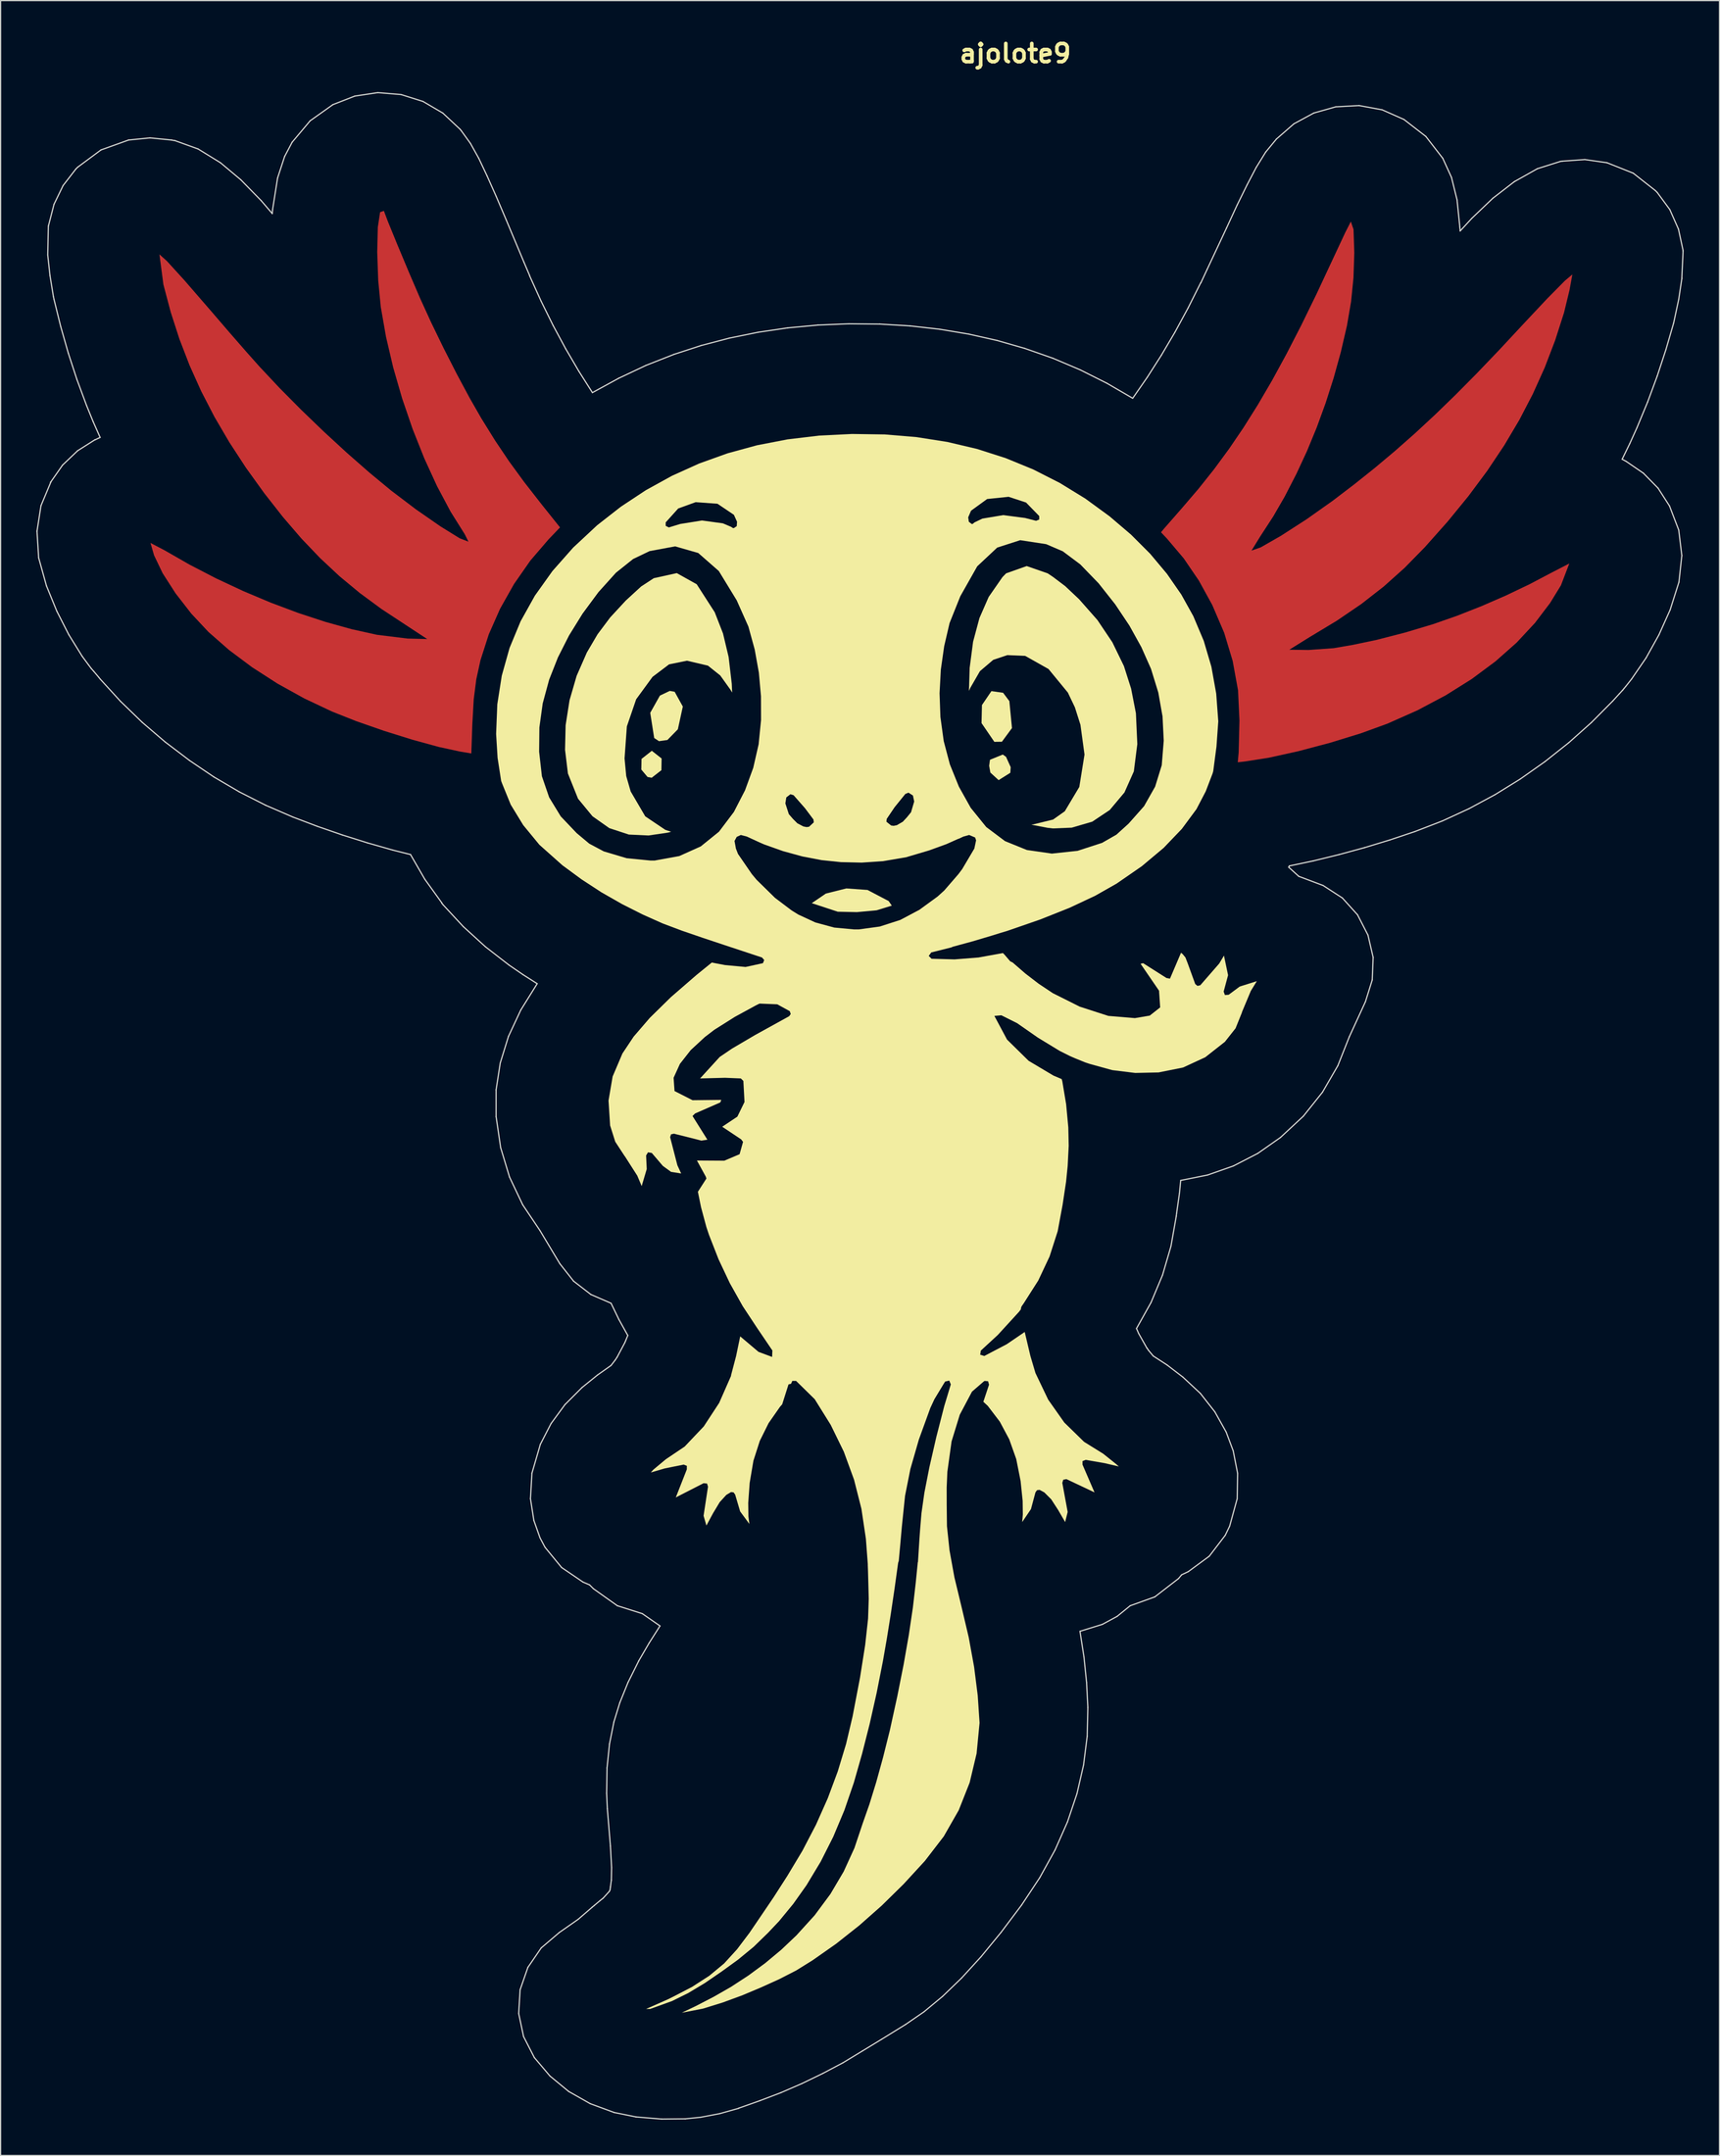
<source format=kicad_pcb>
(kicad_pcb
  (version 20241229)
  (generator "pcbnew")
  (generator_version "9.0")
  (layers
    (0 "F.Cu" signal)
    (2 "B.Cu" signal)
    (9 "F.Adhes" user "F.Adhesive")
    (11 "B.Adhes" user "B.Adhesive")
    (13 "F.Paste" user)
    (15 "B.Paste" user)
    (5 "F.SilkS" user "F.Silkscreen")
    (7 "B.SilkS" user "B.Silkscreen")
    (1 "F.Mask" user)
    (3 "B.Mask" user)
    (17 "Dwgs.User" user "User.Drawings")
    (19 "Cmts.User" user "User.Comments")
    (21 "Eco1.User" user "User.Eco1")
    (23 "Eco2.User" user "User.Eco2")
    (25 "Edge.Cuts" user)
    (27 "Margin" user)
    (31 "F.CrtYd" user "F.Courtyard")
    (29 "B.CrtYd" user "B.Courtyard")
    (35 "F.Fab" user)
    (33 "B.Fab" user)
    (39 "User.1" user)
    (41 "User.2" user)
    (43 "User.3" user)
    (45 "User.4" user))
  (footprint "ajolote9"
    (layer "F.Cu")
    (at 82.024 89.525)
    (property "Reference" "ajolote9" (at 0 -88.098 0) (layer "F.SilkS") (effects (font (size 1.524 1.524) (thickness 0.305))))
    (attr smd)
    (fp_poly (pts (xy -46.542 -29.601) (xy -48.302 -29.983) (xy -50.504 -30.587) (xy -52.896 -31.335) (xy -55.228 -32.149) (xy -57.251 -32.951) (xy -59.579 -34.05) (xy -61.826 -35.296) (xy -63.945 -36.661) (xy -65.886 -38.111) (xy -67.603 -39.617) (xy -69.038 -41.15) (xy -70.363 -42.855) (xy -71.448 -44.547) (xy -72.165 -46.044) (xy -72.464 -47.079) (xy -71.311 -46.476) (xy -69.184 -45.258) (xy -66.966 -44.11) (xy -64.687 -43.044) (xy -62.381 -42.073) (xy -60.076 -41.209) (xy -57.806 -40.465) (xy -55.601 -39.852) (xy -53.491 -39.384) (xy -50.921 -39.067) (xy -49.278 -39.026) (xy -51.19 -40.282) (xy -53.127 -41.557) (xy -54.93 -42.886) (xy -56.628 -44.293) (xy -58.248 -45.806) (xy -59.82 -47.452) (xy -61.37 -49.256) (xy -62.929 -51.245) (xy -64.469 -53.385) (xy -65.859 -55.516) (xy -67.107 -57.649) (xy -68.216 -59.794) (xy -69.192 -61.964) (xy -70.042 -64.169) (xy -70.769 -66.421) (xy -71.381 -68.731) (xy -71.714 -71.259) (xy -71.085 -70.694) (xy -69.612 -69.076) (xy -67.401 -66.523) (xy -65.869 -64.741) (xy -64.407 -63.064) (xy -63.332 -61.856) (xy -61.664 -60.078) (xy -59.844 -58.241) (xy -57.936 -56.403) (xy -56.002 -54.623) (xy -54.104 -52.96) (xy -52.307 -51.474) (xy -50.22 -49.891) (xy -48.164 -48.465) (xy -46.559 -47.471) (xy -45.823 -47.186) (xy -46.137 -47.817) (xy -47.319 -49.703) (xy -48.454 -51.837) (xy -49.522 -54.166) (xy -50.503 -56.635) (xy -51.379 -59.192) (xy -52.128 -61.783) (xy -52.731 -64.354) (xy -53.168 -66.851) (xy -53.383 -69.068) (xy -53.467 -71.464) (xy -53.416 -73.539) (xy -53.226 -74.794) (xy -52.908 -74.903) (xy -52.581 -74.037) (xy -51.783 -72.084) (xy -50.787 -69.707) (xy -49.867 -67.565) (xy -48.96 -65.578) (xy -47.906 -63.407) (xy -46.795 -61.228) (xy -45.715 -59.215) (xy -44.756 -57.54) (xy -43.583 -55.651) (xy -42.419 -53.919) (xy -41.15 -52.18) (xy -39.663 -50.274) (xy -38.15 -48.382) (xy -39.113 -47.375) (xy -40.637 -45.599) (xy -42 -43.644) (xy -43.171 -41.566) (xy -44.119 -39.42) (xy -44.813 -37.261) (xy -45.166 -35.653) (xy -45.38 -33.982) (xy -45.497 -31.908) (xy -45.583 -29.44) (xy -46.542 -29.601)) (stroke (width 0) (type solid)) (fill yes) (layer "F.Cu"))
    (fp_poly (pts (xy 18.714 -29.515) (xy 18.781 -32.19) (xy 18.663 -34.727) (xy 18.212 -37.197) (xy 17.501 -39.55) (xy 16.503 -41.878) (xy 15.379 -43.926) (xy 14.112 -45.784) (xy 12.705 -47.446) (xy 12.208 -47.972) (xy 12.427 -48.241) (xy 14.001 -50.041) (xy 15.362 -51.632) (xy 16.658 -53.262) (xy 17.905 -54.957) (xy 19.119 -56.743) (xy 20.315 -58.646) (xy 21.51 -60.691) (xy 22.718 -62.906) (xy 23.957 -65.315) (xy 25.241 -67.946) (xy 26.586 -70.823) (xy 27.637 -73.072) (xy 28.113 -74.009) (xy 28.338 -73.354) (xy 28.403 -71.397) (xy 28.334 -69.303) (xy 28.136 -67.321) (xy 27.79 -65.295) (xy 27.273 -63.067) (xy 26.678 -60.919) (xy 26.004 -58.811) (xy 25.256 -56.759) (xy 24.438 -54.777) (xy 23.558 -52.879) (xy 22.573 -50.964) (xy 21.611 -49.3) (xy 20.53 -47.639) (xy 19.79 -46.438) (xy 20.564 -46.709) (xy 22.252 -47.676) (xy 24.406 -49.065) (xy 26.581 -50.603) (xy 28.385 -51.979) (xy 30.114 -53.359) (xy 31.797 -54.771) (xy 33.463 -56.241) (xy 35.14 -57.795) (xy 36.858 -59.461) (xy 38.646 -61.266) (xy 40.531 -63.235) (xy 42.544 -65.397) (xy 44.561 -67.546) (xy 46.049 -69.053) (xy 46.674 -69.578) (xy 46.44 -68.285) (xy 45.977 -66.378) (xy 45.228 -64.045) (xy 44.36 -61.778) (xy 43.364 -59.564) (xy 42.234 -57.392) (xy 40.962 -55.248) (xy 39.541 -53.121) (xy 37.963 -50.999) (xy 36.222 -48.869) (xy 34.31 -46.719) (xy 32.621 -44.996) (xy 30.87 -43.428) (xy 28.996 -41.966) (xy 26.937 -40.564) (xy 24.633 -39.174) (xy 22.96 -38.132) (xy 24.571 -38.11) (xy 26.673 -38.26) (xy 28.277 -38.537) (xy 30.241 -38.948) (xy 32.67 -39.575) (xy 35.013 -40.277) (xy 37.02 -40.979) (xy 39.063 -41.783) (xy 41.097 -42.668) (xy 43.078 -43.615) (xy 44.961 -44.606) (xy 46.418 -45.356) (xy 45.718 -43.528) (xy 44.808 -42.045) (xy 43.541 -40.377) (xy 42.008 -38.729) (xy 40.236 -37.16) (xy 38.247 -35.682) (xy 36.06 -34.309) (xy 33.696 -33.056) (xy 31.176 -31.937) (xy 28.944 -31.125) (xy 26.371 -30.332) (xy 23.719 -29.629) (xy 21.248 -29.083) (xy 19.218 -28.765) (xy 18.64 -28.703) (xy 18.714 -29.515)) (stroke (width 0) (type solid)) (fill yes) (layer "F.Cu"))
    (fp_poly (pts (xy -13.397 -56.498) (xy -26.24 -50.154) (xy -24.026 -49.428) (xy -24.408 -48.971) (xy -25.899 -49.222) (xy -27.502 -49.078) (xy -28.602 -48.785) (xy -29.061 -48.642) (xy -28.602 -49.141) (xy -27.556 -49.921) (xy -26.24 -50.154) (xy -13.397 -56.498) (xy -5.505 -29.711) (xy -5.928 -32.155) (xy -6.015 -34.72) (xy -5.794 -37.299) (xy -5.295 -39.781) (xy -4.544 -42.057) (xy -3.572 -44.017) (xy -2.407 -45.553) (xy -1.078 -46.555) (xy 0.805 -47.013) (xy 2.157 -46.776) (xy 4.113 -45.898) (xy 6.193 -44.022) (xy 7.629 -42.356) (xy 8.91 -40.568) (xy 10.008 -38.703) (xy 10.896 -36.811) (xy 11.546 -34.936) (xy 11.923 -32.876) (xy 12.068 -30.543) (xy 11.939 -28.611) (xy 11.448 -26.989) (xy 10.611 -25.439) (xy 9.467 -24.033) (xy 7.477 -22.476) (xy 5.158 -21.633) (xy 2.926 -21.413) (xy 0.866 -21.722) (xy -0.978 -22.546) (xy -2.562 -23.873) (xy -3.694 -25.477) (xy -4.759 -27.59) (xy -5.505 -29.711) (xy -13.397 -56.498) (xy -26.744 -46.011) (xy -25.107 -44.591) (xy -23.566 -42.094) (xy -22.712 -40.08) (xy -22.109 -37.946) (xy -21.753 -35.667) (xy -21.637 -33.217) (xy -21.813 -30.613) (xy -22.316 -28.22) (xy -23.12 -26.084) (xy -24.198 -24.25) (xy -25.523 -22.763) (xy -27.068 -21.669) (xy -28.806 -21.013) (xy -30.886 -20.846) (xy -33.003 -21.113) (xy -35.078 -21.933) (xy -36.867 -23.374) (xy -38.208 -25.004) (xy -39.078 -26.794) (xy -39.513 -28.849) (xy -39.546 -31.269) (xy -39.363 -32.93) (xy -39.065 -34.478) (xy -38.405 -36.419) (xy -37.423 -38.516) (xy -36.209 -40.611) (xy -34.855 -42.549) (xy -33.451 -44.171) (xy -31.315 -45.797) (xy -29.027 -46.445) (xy -28.613 -46.461) (xy -26.744 -46.011) (xy -13.397 -56.498) (xy -8.938 -25.769) (xy -9.268 -24.365) (xy -10.244 -24.165) (xy -8.938 -25.769) (xy -13.397 -56.498) (xy -18.83 -25.758) (xy -18.816 -25.754) (xy -17.235 -23.741) (xy -18.353 -24.138) (xy -18.885 -25.269) (xy -18.83 -25.758) (xy -18.83 -25.758) (xy -13.397 -56.498) (xy -3.873 -22.285) (xy -4.354 -20.637) (xy -5.562 -18.991) (xy -7.121 -17.514) (xy -8.89 -16.318) (xy -10.726 -15.518) (xy -12.975 -15.081) (xy -15.138 -15.188) (xy -17.214 -15.837) (xy -19.204 -17.03) (xy -21.106 -18.767) (xy -22.736 -20.887) (xy -23.139 -22.139) (xy -21.056 -21.59) (xy -19.054 -20.85) (xy -17.354 -20.373) (xy -15.57 -20.122) (xy -13.315 -20.056) (xy -10.52 -20.205) (xy -8.27 -20.694) (xy -5.695 -21.639) (xy -3.873 -22.285) (xy -13.397 -56.498) (xy -15.955 -56.391) (xy -1.009 -50.663) (xy -0.618 -50.638) (xy 1.528 -49.527) (xy 0.95 -49.465) (xy -1.008 -49.651) (xy -2.979 -49.348) (xy -3.392 -49.731) (xy -2.413 -50.396) (xy -1.009 -50.663) (xy -15.955 -56.391) (xy -18.494 -56.119) (xy -20.994 -55.685) (xy -23.438 -55.088) (xy -25.804 -54.33) (xy -28.074 -53.413) (xy -30.229 -52.338) (xy -32.248 -51.106) (xy -34.562 -49.418) (xy -36.619 -47.644) (xy -38.42 -45.78) (xy -39.967 -43.826) (xy -41.261 -41.78) (xy -42.303 -39.641) (xy -43.093 -37.406) (xy -43.632 -35.075) (xy -43.923 -32.645) (xy -43.936 -30.084) (xy -43.605 -27.754) (xy -42.909 -25.619) (xy -16.501 -10.372) (xy -16.96 -10.726) (xy -15.107 -10.731) (xy -13.468 -10.768) (xy -12.128 -10.853) (xy -11.339 -10.908) (xy -11.339 -10.908) (xy -11.001 -10.66) (xy -11.78 -9.996) (xy -14.253 -9.67) (xy -16.501 -10.372) (xy -42.909 -25.619) (xy -41.831 -23.645) (xy -40.353 -21.799) (xy -38.455 -20.047) (xy -36.119 -18.355) (xy -34.095 -17.1) (xy -32.113 -16.028) (xy -30.015 -15.067) (xy -27.644 -14.146) (xy -24.841 -13.191) (xy -22.25 -12.296) (xy -22.087 -11.99) (xy -23.909 -12.021) (xy -25.509 -12.196) (xy -27.342 -10.893) (xy -29.746 -8.737) (xy -31.591 -6.817) (xy -32.931 -5.049) (xy -33.82 -3.35) (xy -34.312 -1.637) (xy -34.461 0.175) (xy -34.137 2.498) (xy -32.965 4.701) (xy -31.882 6.579) (xy -31.503 7.233) (xy -30.802 5.279) (xy -30.802 4.407) (xy -30.01 5.185) (xy -28.524 6.075) (xy -27.901 5.931) (xy -28.399 4.336) (xy -28.735 2.905) (xy -27.568 3.086) (xy -25.485 3.061) (xy -26.219 2.17) (xy -26.952 1.209) (xy -26.112 0.831) (xy -24.478 -0.469) (xy -25.943 -0.651) (xy -28.128 -1.028) (xy -28.402 -2.37) (xy -27.109 -4.215) (xy -24.941 -6.142) (xy -22.496 -7.603) (xy -20.942 -8.168) (xy -19.438 -7.668) (xy -20.179 -7.15) (xy -21.958 -6.103) (xy -23.899 -4.961) (xy -25.027 -4.212) (xy -25.466 -3.836) (xy -25.479 -3.832) (xy -26.89 -2.096) (xy -25.088 -1.926) (xy -23.34 -1.803) (xy -23.13 -0.779) (xy -23.58 0.687) (xy -24.815 1.594) (xy -25.223 1.736) (xy -24.892 2.08) (xy -23.914 2.81) (xy -23.487 3.944) (xy -25.82 4.437) (xy -27.148 4.59) (xy -26.759 5.514) (xy -26.695 6.89) (xy -27.019 7.412) (xy -26.571 9.344) (xy -25.654 12.027) (xy -24.674 14.268) (xy -23.567 16.334) (xy -22.13 18.606) (xy -21.112 20.175) (xy -20.726 20.864) (xy -22.367 19.704) (xy -23.517 19.521) (xy -23.958 21.575) (xy -24.813 23.955) (xy -25.967 26.045) (xy -27.259 27.642) (xy -28.819 28.906) (xy -30.556 30.281) (xy -31.381 31.223) (xy -30.496 31.02) (xy -28.818 30.572) (xy -27.958 30.394) (xy -28.349 31.228) (xy -28.761 33.208) (xy -27.502 32.614) (xy -26.287 32.082) (xy -26.362 32.895) (xy -26.204 35.354) (xy -25.907 35.699) (xy -25.351 34.666) (xy -23.94 32.819) (xy -23.666 33.447) (xy -22.341 35.548) (xy -22.159 34.547) (xy -22.137 32.205) (xy -21.74 29.904) (xy -21.002 27.78) (xy -19.959 25.969) (xy -19.37 24.865) (xy -18.986 23.744) (xy -18.393 25.011) (xy -17.487 27.704) (xy -16.828 30.161) (xy -16.617 32.172) (xy -16.616 34.521) (xy -16.824 36.514) (xy -17.353 38.608) (xy -18.117 40.762) (xy -19.1 42.939) (xy -20.283 45.101) (xy -21.65 47.21) (xy -23.284 49.647) (xy -24.448 51.707) (xy -25.2 53.572) (xy -25.596 55.425) (xy -25.691 57.449) (xy -25.543 59.825) (xy -25.36 62.579) (xy -25.373 64.989) (xy -25.583 67.054) (xy -25.988 68.774) (xy -26.588 70.147) (xy -27.865 71.957) (xy -29.581 73.649) (xy -30.335 74.405) (xy -29.069 73.81) (xy -27.099 72.534) (xy -25.604 71.245) (xy -24.189 69.672) (xy -22.812 67.766) (xy -21.597 65.85) (xy -20.533 63.982) (xy -19.336 61.662) (xy -18.296 59.455) (xy -17.368 57.212) (xy -16.551 54.932) (xy -15.846 52.614) (xy -15.251 50.256) (xy -14.768 47.857) (xy -14.395 45.416) (xy -14.132 42.932) (xy -13.979 40.404) (xy -13.982 38.224) (xy -14.161 36.056) (xy -14.52 33.885) (xy -15.062 31.7) (xy -15.789 29.486) (xy -16.707 27.231) (xy -17.816 24.921) (xy -18.413 23.651) (xy -17.535 24.5) (xy -16.252 26.304) (xy -15.126 28.399) (xy -14.238 30.53) (xy -13.571 32.764) (xy -13.11 35.167) (xy -12.837 37.807) (xy -12.738 40.748) (xy -12.785 43.43) (xy -13.064 45.803) (xy -13.519 48.565) (xy -14.027 51.123) (xy -14.583 53.455) (xy -15.183 55.542) (xy -15.822 57.363) (xy -16.706 59.408) (xy -17.803 61.649) (xy -18.849 63.545) (xy -19.86 65.155) (xy -21.108 67.056) (xy -22.33 68.855) (xy -23.265 70.161) (xy -24.607 71.683) (xy -26.207 72.994) (xy -28.198 74.187) (xy -30.713 75.355) (xy -31.491 75.994) (xy -29.213 75.617) (xy -27.089 74.556) (xy -24.843 73.127) (xy -22.632 71.451) (xy -20.616 69.648) (xy -18.954 67.838) (xy -17.629 66.036) (xy -16.375 64.013) (xy -15.24 61.857) (xy -14.276 59.656) (xy -13.659 57.953) (xy -13.053 56.024) (xy -12.464 53.897) (xy -11.898 51.599) (xy -11.361 49.159) (xy -10.858 46.604) (xy -10.395 43.963) (xy -9.979 41.263) (xy -9.615 38.533) (xy -9.309 35.801) (xy -8.94 32.684) (xy -8.494 30.386) (xy -7.814 28.087) (xy -6.708 25.217) (xy -5.947 23.771) (xy -6.149 24.658) (xy -6.559 26.199) (xy -7.093 28.43) (xy -7.607 30.734) (xy -7.96 32.495) (xy -8.208 34.374) (xy -8.422 36.708) (xy -8.612 39.028) (xy -8.85 41.272) (xy -9.143 43.488) (xy -9.498 45.72) (xy -9.922 48.015) (xy -10.423 50.42) (xy -11.008 52.979) (xy -11.599 55.271) (xy -12.3 57.679) (xy -13.044 59.994) (xy -13.763 62.004) (xy -14.389 63.5) (xy -15.392 65.314) (xy -16.657 67.134) (xy -18.113 68.868) (xy -19.691 70.425) (xy -21.347 71.808) (xy -23.036 73.017) (xy -24.9 74.145) (xy -27.084 75.288) (xy -29.288 76.376) (xy -28.51 76.377) (xy -26.827 76.141) (xy -24.549 75.488) (xy -21.946 74.508) (xy -19.288 73.292) (xy -17.484 72.281) (xy -15.606 71.03) (xy -13.679 69.556) (xy -11.726 67.879) (xy -9.771 66.016) (xy -7.788 63.929) (xy -6.276 62.087) (xy -5.13 60.347) (xy -4.244 58.566) (xy -3.544 56.658) (xy -3.072 54.699) (xy -2.83 52.642) (xy -2.815 50.434) (xy -3.029 48.027) (xy -3.47 45.37) (xy -4.139 42.413) (xy -4.831 39.395) (xy -5.26 36.847) (xy -5.457 34.521) (xy -5.455 32.171) (xy -5.241 29.406) (xy -4.785 27.223) (xy -4.001 25.221) (xy -2.556 23.402) (xy -2.763 24.162) (xy -3.011 24.882) (xy -2.528 25.352) (xy -1.432 26.84) (xy -0.515 28.748) (xy 0.05 30.934) (xy 0.316 33.597) (xy 0.401 35.477) (xy 0.842 35.023) (xy 1.89 32.989) (xy 2.342 32.738) (xy 3.545 34.426) (xy 4.366 35.172) (xy 4.513 32.801) (xy 4.281 31.68) (xy 4.565 31.788) (xy 5.765 32.357) (xy 6.832 32.819) (xy 6.447 30.957) (xy 6.101 30.122) (xy 7.304 30.296) (xy 8.883 30.677) (xy 9.411 30.759) (xy 8.57 29.85) (xy 6.727 28.46) (xy 4.877 26.962) (xy 3.41 25.173) (xy 2.28 23.02) (xy 1.439 20.432) (xy 0.939 18.599) (xy 0.503 18.871) (xy -0.77 19.714) (xy -2.048 20.417) (xy -0.72 18.881) (xy 0.855 17.131) (xy 1.422 16.131) (xy 2.501 14.218) (xy 3.373 12.187) (xy 3.963 10.211) (xy 4.39 7.837) (xy 4.644 5.367) (xy 4.721 2.905) (xy 4.618 0.555) (xy 4.332 -1.577) (xy 4.188 -2.33) (xy 3.267 -2.794) (xy 1.804 -3.629) (xy 1.261 -4) (xy 1.196 -4) (xy 0.209 -5.03) (xy -1.167 -6.699) (xy -1.51 -7.289) (xy -1.076 -7.161) (xy -0.169 -6.668) (xy 1.403 -5.665) (xy 3.852 -4.196) (xy 6.137 -3.197) (xy 8.386 -2.625) (xy 10.726 -2.437) (xy 13.322 -2.676) (xy 15.51 -3.458) (xy 17.444 -4.839) (xy 18.872 -6.729) (xy 19.959 -9.085) (xy 20.689 -10.625) (xy 19.896 -10.643) (xy 18.487 -10.092) (xy 17.814 -9.649) (xy 17.983 -10.237) (xy 17.811 -12.581) (xy 17.47 -13.002) (xy 17.134 -12.464) (xy 16.14 -11.104) (xy 15.413 -10.368) (xy 15.039 -11.176) (xy 14.135 -12.95) (xy 13.568 -12.654) (xy 12.937 -10.918) (xy 11.997 -11.559) (xy 10.272 -12.025) (xy 10.391 -11.432) (xy 11.4 -10.006) (xy 11.918 -8.802) (xy 11.378 -7.95) (xy 9.469 -7.712) (xy 7.808 -7.824) (xy 6.263 -8.243) (xy 4.333 -9.106) (xy 2.779 -9.962) (xy 1.379 -10.94) (xy 0.000058 -12.132) (xy -1.008 -13.081) (xy -2.292 -12.831) (xy -3.629 -12.655) (xy -5.042 -12.583) (xy -6.509 -12.583) (xy -3.117 -13.572) (xy 0.019 -14.544) (xy 2.785 -15.531) (xy 5.227 -16.554) (xy 7.387 -17.636) (xy 9.312 -18.799) (xy 11.044 -20.065) (xy 12.628 -21.456) (xy 14.521 -23.48) (xy 15.832 -25.422) (xy 16.651 -27.448) (xy 17.07 -29.728) (xy 17.159 -32.28) (xy 16.935 -34.883) (xy 16.413 -37.435) (xy 15.607 -39.832) (xy 14.631 -41.854) (xy 13.402 -43.819) (xy 11.937 -45.708) (xy 10.256 -47.504) (xy 8.378 -49.187) (xy 6.32 -50.74) (xy 4.102 -52.145) (xy 1.742 -53.384) (xy -0.581 -54.362) (xy -3.013 -55.155) (xy -5.532 -55.763) (xy -8.117 -56.189) (xy -10.746 -56.433) (xy -13.397 -56.498) (xy -13.397 -56.498)) (stroke (width 0) (type solid)) (fill yes) (layer "F.Mask"))
    (fp_poly (pts (xy -30.817 -27.47) (xy -31.338 -28.09) (xy -31.32 -28.982) (xy -30.457 -29.662) (xy -29.637 -29.017) (xy -29.654 -28.039) (xy -30.469 -27.404) (xy -30.817 -27.47) (xy -30.817 -27.47)) (stroke (width 0) (type solid)) (fill yes) (layer "F.SilkS"))
    (fp_poly (pts (xy -1.399 -27.204) (xy -2.091 -27.839) (xy -2.192 -28.407) (xy -2.123 -28.911) (xy -1.048 -29.348) (xy -0.779 -29.157) (xy -0.388 -28.292) (xy -0.419 -27.821) (xy -1.399 -27.204)) (stroke (width 0) (type solid)) (fill yes) (layer "F.SilkS"))
    (fp_poly (pts (xy -29.856 -30.469) (xy -30.259 -30.734) (xy -30.59 -32.845) (xy -29.781 -34.286) (xy -28.956 -34.681) (xy -28.545 -34.608) (xy -27.86 -33.37) (xy -28.277 -31.464) (xy -29.153 -30.568) (xy -29.856 -30.469)) (stroke (width 0) (type solid)) (fill yes) (layer "F.SilkS"))
    (fp_poly (pts (xy -14.878 -16.179) (xy -17.055 -16.895) (xy -15.875 -17.699) (xy -14.156 -18.129) (xy -12.388 -18.002) (xy -10.612 -17.07) (xy -10.35 -16.688) (xy -11.625 -16.297) (xy -13.274 -16.145) (xy -14.878 -16.179)) (stroke (width 0) (type solid)) (fill yes) (layer "F.SilkS"))
    (fp_poly (pts (xy -1.758 -30.413) (xy -2.83 -31.984) (xy -2.795 -33.496) (xy -2.003 -34.662) (xy -1.024 -34.524) (xy -0.5 -33.825) (xy -0.281 -31.567) (xy -1.124 -30.421) (xy -1.758 -30.413) (xy -1.758 -30.413)) (stroke (width 0) (type solid)) (fill yes) (layer "F.SilkS"))
    (fp_poly (pts (xy -32.38 -22.642) (xy -34.019 -23.182) (xy -35.429 -24.177) (xy -36.641 -25.648) (xy -37.488 -27.762) (xy -37.728 -29.743) (xy -37.68 -31.808) (xy -37.353 -33.895) (xy -36.758 -35.945) (xy -35.902 -37.897) (xy -35.003 -39.428) (xy -33.945 -40.839) (xy -32.64 -42.251) (xy -31.353 -43.432) (xy -30.291 -44.127) (xy -28.367 -44.552) (xy -26.696 -43.618) (xy -25.186 -41.271) (xy -24.493 -39.494) (xy -24.023 -37.523) (xy -23.759 -35.279) (xy -23.726 -34.544) (xy -23.885 -34.803) (xy -24.725 -35.977) (xy -25.755 -36.799) (xy -27.512 -37.211) (xy -29.011 -36.907) (xy -30.397 -35.859) (xy -31.77 -33.978) (xy -32.55 -31.705) (xy -32.743 -29.025) (xy -32.603 -27.547) (xy -32.229 -26.255) (xy -31.008 -24.17) (xy -29.327 -23.039) (xy -28.841 -22.882) (xy -29.1 -22.807) (xy -30.73 -22.567) (xy -32.38 -22.642)) (stroke (width 0) (type solid)) (fill yes) (layer "F.SilkS"))
    (fp_poly (pts (xy 3.156 -23.159) (xy 2.705 -23.209) (xy 1.487 -23.443) (xy 1.341 -23.491) (xy 1.487 -23.494) (xy 3.163 -23.901) (xy 4.146 -24.597) (xy 5.362 -26.634) (xy 5.798 -29.347) (xy 5.457 -31.843) (xy 4.991 -33.307) (xy 4.401 -34.542) (xy 2.782 -36.515) (xy 0.827 -37.616) (xy -0.668 -37.679) (xy -1.851 -37.283) (xy -2.964 -36.337) (xy -3.779 -34.922) (xy -3.885 -34.679) (xy -3.826 -36.607) (xy -3.539 -38.8) (xy -3.006 -40.786) (xy -2.231 -42.555) (xy -1.079 -44.216) (xy -0.772 -44.532) (xy 0.954 -45.143) (xy 2.711 -44.532) (xy 3.144 -44.243) (xy 4.176 -43.463) (xy 5.344 -42.363) (xy 6.883 -40.616) (xy 8.132 -38.754) (xy 9.099 -36.764) (xy 9.702 -34.875) (xy 10.105 -32.81) (xy 10.222 -30.223) (xy 9.931 -27.937) (xy 9.145 -26.172) (xy 7.913 -24.703) (xy 6.447 -23.724) (xy 4.724 -23.221) (xy 3.156 -23.159) (xy 3.156 -23.159)) (stroke (width 0) (type solid)) (fill yes) (layer "F.SilkS"))
    (fp_poly (pts (xy -29.031 -48.379) (xy -42.378 -38.279) (xy -41.453 -40.514) (xy -40.255 -42.663) (xy -38.786 -44.723) (xy -37.046 -46.691) (xy -35.037 -48.564) (xy -33.047 -50.118) (xy -30.958 -51.499) (xy -28.772 -52.705) (xy -26.49 -53.735) (xy -24.114 -54.588) (xy -21.643 -55.263) (xy -19.081 -55.759) (xy -16.428 -56.076) (xy -13.685 -56.211) (xy -10.94 -56.172) (xy -8.278 -55.949) (xy -5.701 -55.543) (xy -3.21 -54.956) (xy -0.807 -54.186) (xy 1.508 -53.236) (xy 3.732 -52.105) (xy 5.865 -50.795) (xy 7.905 -49.305) (xy 9.698 -47.775) (xy 11.299 -46.172) (xy 12.703 -44.497) (xy 13.91 -42.754) (xy 14.916 -40.944) (xy 15.79 -38.872) (xy 16.428 -36.708) (xy 16.832 -34.459) (xy 17.006 -32.134) (xy 16.854 -30.014) (xy 16.583 -27.953) (xy 16.53 -27.768) (xy 15.955 -26.263) (xy 15.181 -24.778) (xy 13.956 -23.122) (xy 12.429 -21.527) (xy 10.604 -19.997) (xy 8.487 -18.534) (xy 6.688 -17.512) (xy 4.551 -16.51) (xy 2.087 -15.528) (xy -0.694 -14.565) (xy -1.223 -14.407) (xy -1.991 -14.168) (xy -3.578 -13.695) (xy -5.245 -13.242) (xy -5.351 -13.189) (xy -7.044 -12.766) (xy -7.256 -12.475) (xy -7.018 -12.237) (xy -5.091 -12.184) (xy -3.088 -12.343) (xy -1.038 -12.713) (xy -0.906 -12.581) (xy -0.43 -12.025) (xy -0.218 -11.919) (xy 0.837 -11.003) (xy 1.952 -10.147) (xy 3.142 -9.353) (xy 5.401 -8.222) (xy 7.799 -7.448) (xy 10.021 -7.263) (xy 11.265 -7.474) (xy 12.138 -8.162) (xy 12.042 -9.561) (xy 10.498 -11.814) (xy 10.709 -11.867) (xy 12.667 -10.623) (xy 12.958 -10.57) (xy 13.884 -12.74) (xy 14.017 -12.634) (xy 14.255 -12.343) (xy 14.44 -11.867) (xy 15.075 -10.12) (xy 15.26 -9.962) (xy 15.498 -10.014) (xy 17.086 -11.84) (xy 17.483 -12.502) (xy 17.827 -10.861) (xy 17.456 -9.485) (xy 17.562 -9.194) (xy 17.879 -9.221) (xy 18.806 -9.909) (xy 20.234 -10.358) (xy 19.732 -9.538) (xy 18.991 -7.766) (xy 18.991 -7.739) (xy 18.455 -6.41) (xy 17.562 -5.278) (xy 15.916 -3.984) (xy 14.058 -3.125) (xy 12.006 -2.712) (xy 10.052 -2.668) (xy 8.121 -2.906) (xy 6.238 -3.426) (xy 6.079 -3.479) (xy 5.92 -3.532) (xy 5.841 -3.559) (xy 4.994 -3.903) (xy 4.571 -4.088) (xy 3.724 -4.511) (xy 1.899 -5.622) (xy 0.152 -6.839) (xy -1.171 -7.501) (xy -1.753 -7.448) (xy -0.694 -5.464) (xy 1.112 -3.688) (xy 3.195 -2.447) (xy 3.883 -2.156) (xy 3.936 -1.971) (xy 4.257 -0.05) (xy 4.439 1.892) (xy 4.472 3.436) (xy 4.386 5.12) (xy 4.253 6.443) (xy 3.962 8.374) (xy 3.551 10.59) (xy 2.871 12.71) (xy 1.923 14.725) (xy 0.708 16.629) (xy 0.523 16.894) (xy 0.47 17.052) (xy 0.47 17.132) (xy 0.311 17.343) (xy -1.468 19.288) (xy -2.89 20.598) (xy -2.943 20.942) (xy -2.599 21.048) (xy -0.717 20.062) (xy 0.787 19.037) (xy 1.264 21.048) (xy 1.687 22.476) (xy 2.754 24.706) (xy 4.104 26.623) (xy 5.735 28.218) (xy 5.762 28.244) (xy 7.366 29.24) (xy 8.434 30.096) (xy 8.672 30.308) (xy 7.491 30.03) (xy 5.894 29.752) (xy 5.629 29.858) (xy 5.629 30.149) (xy 6.635 32.478) (xy 4.28 31.366) (xy 4.015 31.419) (xy 3.936 31.684) (xy 4.386 34.118) (xy 4.174 34.965) (xy 3.592 33.959) (xy 3.01 33.06) (xy 2.428 32.478) (xy 2.031 32.266) (xy 1.819 32.292) (xy 1.687 32.478) (xy 1.31 33.88) (xy 0.576 34.965) (xy 0.629 34.33) (xy 0.615 33.195) (xy 0.443 31.525) (xy 0.076 29.68) (xy -0.509 28.033) (xy -1.3 26.551) (xy -2.308 25.228) (xy -2.679 24.884) (xy -2.202 23.455) (xy -2.282 23.164) (xy -2.573 23.138) (xy -2.652 23.191) (xy -3.631 24.037) (xy -4.654 25.968) (xy -5.342 28.21) (xy -5.695 30.758) (xy -5.751 32.068) (xy -5.748 33.536) (xy -5.728 35.31) (xy -5.513 37.333) (xy -5.104 39.593) (xy -4.504 42.082) (xy -3.904 44.63) (xy -3.453 47.106) (xy -3.15 49.497) (xy -2.996 51.792) (xy -3.244 54.354) (xy -3.826 56.796) (xy -4.743 59.113) (xy -5.993 61.301) (xy -7.573 63.354) (xy -9.351 65.291) (xy -11.186 67.096) (xy -13.075 68.767) (xy -15.012 70.299) (xy -16.993 71.689) (xy -18.365 72.542) (xy -19.797 73.276) (xy -21.335 73.971) (xy -22.893 74.626) (xy -24.513 75.221) (xy -26.174 75.737) (xy -27.946 76.081) (xy -26.782 75.525) (xy -25.281 74.748) (xy -23.819 73.911) (xy -22.36 72.959) (xy -20.961 71.927) (xy -19.612 70.802) (xy -18.342 69.599) (xy -16.812 67.913) (xy -15.491 66.129) (xy -14.38 64.248) (xy -13.478 62.272) (xy -12.786 60.206) (xy -12.226 58.611) (xy -11.658 56.77) (xy -11.085 54.696) (xy -10.51 52.401) (xy -9.888 49.564) (xy -9.358 46.899) (xy -8.922 44.415) (xy -8.582 42.119) (xy -8.341 40.018) (xy -8.182 38.431) (xy -8.182 38.378) (xy -8.156 38.298) (xy -8.033 36.35) (xy -7.97 35.494) (xy -7.864 34.224) (xy -7.619 32.506) (xy -7.202 30.377) (xy -6.621 27.847) (xy -5.953 25.241) (xy -5.404 23.429) (xy -5.536 23.111) (xy -5.88 23.191) (xy -6.012 23.402) (xy -6.78 24.672) (xy -7.124 25.413) (xy -8.084 28.055) (xy -8.792 30.515) (xy -9.24 32.769) (xy -9.505 35.335) (xy -9.637 36.82) (xy -9.769 38.246) (xy -9.796 38.298) (xy -9.822 38.404) (xy -10.125 40.59) (xy -10.438 42.694) (xy -10.76 44.703) (xy -11.092 46.606) (xy -11.618 49.27) (xy -12.2 51.858) (xy -12.837 54.368) (xy -13.527 56.793) (xy -14.325 59.119) (xy -15.253 61.33) (xy -16.31 63.423) (xy -17.495 65.392) (xy -18.607 66.959) (xy -19.797 68.408) (xy -20.723 69.387) (xy -21.93 70.561) (xy -23.237 71.636) (xy -24.616 72.635) (xy -26.015 73.594) (xy -27.401 74.427) (xy -28.767 75.102) (xy -30.592 75.763) (xy -30.936 75.763) (xy -29.084 74.943) (xy -28.608 74.705) (xy -27.086 73.915) (xy -25.644 72.985) (xy -24.401 71.953) (xy -23.316 70.763) (xy -22.271 69.38) (xy -21.305 67.958) (xy -20.257 66.41) (xy -19.109 64.624) (xy -17.833 62.497) (xy -16.702 60.325) (xy -15.716 58.109) (xy -14.876 55.854) (xy -14.181 53.562) (xy -13.632 51.237) (xy -13.012 47.995) (xy -12.581 45.264) (xy -12.338 43.058) (xy -12.283 41.394) (xy -12.343 39.079) (xy -12.362 38.589) (xy -12.362 38.537) (xy -12.362 38.484) (xy -12.521 36.367) (xy -12.896 33.85) (xy -13.512 31.416) (xy -14.369 29.071) (xy -15.468 26.821) (xy -16.807 24.672) (xy -18.342 23.164) (xy -18.368 23.138) (xy -18.686 23.138) (xy -18.792 23.376) (xy -19.003 23.429) (xy -19.533 25.096) (xy -19.718 25.307) (xy -20.674 26.677) (xy -21.411 28.165) (xy -21.944 29.825) (xy -22.258 31.684) (xy -22.38 33.364) (xy -22.364 34.488) (xy -22.284 35.123) (xy -23.058 34.072) (xy -23.475 32.663) (xy -23.607 32.478) (xy -23.819 32.451) (xy -24.216 32.689) (xy -24.771 33.298) (xy -25.327 34.224) (xy -25.883 35.256) (xy -26.121 34.436) (xy -25.75 32.001) (xy -25.83 31.737) (xy -26.121 31.71) (xy -28.449 32.901) (xy -27.523 30.546) (xy -27.523 30.255) (xy -27.788 30.149) (xy -29.372 30.47) (xy -30.539 30.811) (xy -30.328 30.573) (xy -29.276 29.696) (xy -27.708 28.641) (xy -27.682 28.615) (xy -26.104 26.95) (xy -24.814 24.979) (xy -23.819 22.714) (xy -23.819 22.662) (xy -23.396 21.054) (xy -23.052 19.407) (xy -21.517 20.704) (xy -20.379 21.127) (xy -20.356 20.588) (xy -21.623 18.719) (xy -22.843 16.87) (xy -23.925 14.942) (xy -24.867 12.945) (xy -25.671 10.888) (xy -25.883 10.253) (xy -26.332 8.586) (xy -26.597 7.289) (xy -25.883 6.178) (xy -25.936 6.019) (xy -26.676 4.67) (xy -24.384 4.683) (xy -23.104 4.141) (xy -22.813 3.109) (xy -22.972 2.897) (xy -24.56 1.839) (xy -23.29 0.992) (xy -22.691 -0.235) (xy -22.787 -1.998) (xy -22.999 -2.209) (xy -24.322 -2.262) (xy -26.412 -2.209) (xy -24.771 -4.008) (xy -23.733 -4.711) (xy -21.788 -5.855) (xy -18.951 -7.422) (xy -18.818 -7.607) (xy -18.898 -7.845) (xy -19.946 -8.42) (xy -21.411 -8.48) (xy -21.491 -8.453) (xy -21.755 -8.321) (xy -23.501 -7.369) (xy -25.221 -6.284) (xy -26.015 -5.675) (xy -27.199 -4.581) (xy -28.105 -3.426) (xy -28.634 -2.262) (xy -28.555 -1.151) (xy -27.047 -0.384) (xy -24.639 -0.41) (xy -24.718 -0.198) (xy -26.835 0.728) (xy -27.047 0.939) (xy -25.803 2.924) (xy -25.962 2.95) (xy -26.306 3.003) (xy -26.809 2.871) (xy -28.608 2.421) (xy -28.846 2.474) (xy -28.925 2.712) (xy -28.317 5.067) (xy -27.999 5.755) (xy -28.846 5.622) (xy -29.534 5.12) (xy -30.46 4.035) (xy -30.777 3.982) (xy -30.936 4.247) (xy -30.883 5.384) (xy -31.307 6.813) (xy -31.677 5.94) (xy -32.709 4.326) (xy -32.735 4.299) (xy -33.522 3.096) (xy -33.952 1.733) (xy -34.085 -0.354) (xy -33.741 -2.371) (xy -32.921 -4.299) (xy -31.979 -5.712) (xy -30.625 -7.286) (xy -28.865 -9.014) (xy -26.703 -10.888) (xy -25.433 -11.919) (xy -24.322 -11.708) (xy -22.602 -11.549) (xy -21.147 -11.867) (xy -21.041 -12.131) (xy -21.226 -12.343) (xy -24.348 -13.375) (xy -26.094 -13.957) (xy -27.946 -14.592) (xy -29.549 -15.197) (xy -31.221 -15.944) (xy -32.947 -16.814) (xy -34.673 -17.799) (xy -36.345 -18.89) (xy -37.948 -20.069) (xy -39.879 -21.788) (xy -41.235 -23.437) (xy -42.28 -25.15) (xy -43.001 -26.921) (xy -43.081 -27.133) (xy -43.381 -29.074) (xy -43.504 -31.075) (xy -43.405 -33.557) (xy -43.029 -35.959) (xy -42.378 -38.279) (xy -29.031 -48.379) (xy 0.409 -47.31) (xy -1.518 -46.689) (xy -3.192 -45.12) (xy -4.61 -42.611) (xy -5.51 -40.362) (xy -5.961 -38.424) (xy -6.241 -36.463) (xy -6.347 -34.487) (xy -6.277 -32.504) (xy -5.999 -30.476) (xy -5.483 -28.525) (xy -4.729 -26.659) (xy -3.737 -24.884) (xy -2.433 -23.273) (xy -0.863 -22.093) (xy 0.97 -21.349) (xy 3.063 -21.048) (xy 5.216 -21.279) (xy 7.27 -21.947) (xy 8.47 -22.635) (xy 9.492 -23.561) (xy 10.789 -25.024) (xy 11.715 -26.658) (xy 12.27 -28.456) (xy 12.435 -30.509) (xy 12.336 -32.54) (xy 11.98 -34.547) (xy 11.371 -36.526) (xy 10.562 -38.346) (xy 9.562 -40.151) (xy 8.368 -41.936) (xy 6.979 -43.696) (xy 5.446 -45.281) (xy 3.978 -46.379) (xy 2.587 -46.977) (xy 0.409 -47.31) (xy -29.031 -48.379) (xy -26.567 -46.236) (xy -28.503 -46.792) (xy -30.645 -46.395) (xy -32.027 -45.732) (xy -33.461 -44.588) (xy -34.931 -42.955) (xy -36.261 -41.155) (xy -37.392 -39.33) (xy -38.325 -37.486) (xy -39.059 -35.626) (xy -39.6 -33.632) (xy -39.879 -31.618) (xy -39.9 -29.584) (xy -39.667 -27.53) (xy -39.06 -25.76) (xy -38.088 -24.167) (xy -36.757 -22.767) (xy -35.699 -21.881) (xy -34.482 -21.233) (xy -32.563 -20.661) (xy -30.566 -20.466) (xy -30.222 -20.466) (xy -28.153 -20.842) (xy -26.356 -21.65) (xy -24.83 -22.884) (xy -23.581 -24.54) (xy -22.648 -26.35) (xy -21.957 -28.241) (xy -21.508 -30.207) (xy -21.305 -32.239) (xy -21.311 -34.233) (xy -21.487 -36.205) (xy -21.837 -38.152) (xy -22.364 -40.071) (xy -23.343 -42.267) (xy -24.845 -44.728) (xy -26.567 -46.236) (xy -29.031 -48.379) (xy -28.079 -48.67) (xy -8.579 -25.916) (xy -8.949 -26.154) (xy -9.214 -26.048) (xy -10.113 -24.937) (xy -10.775 -23.958) (xy -10.801 -23.72) (xy -10.404 -23.402) (xy -10.193 -23.376) (xy -9.928 -23.429) (xy -9.426 -23.72) (xy -9.082 -24.09) (xy -8.738 -24.514) (xy -8.473 -25.413) (xy -8.579 -25.916) (xy -28.079 -48.67) (xy -3.367 -22.397) (xy -3.869 -22.609) (xy -4.346 -22.476) (xy -4.742 -22.291) (xy -4.769 -22.291) (xy -5.774 -21.841) (xy -7.229 -21.312) (xy -9.151 -20.743) (xy -11.092 -20.413) (xy -12.872 -20.294) (xy -14.611 -20.333) (xy -16.235 -20.502) (xy -17.839 -20.809) (xy -19.46 -21.253) (xy -21.041 -21.815) (xy -21.464 -22) (xy -22.496 -22.476) (xy -22.999 -22.609) (xy -23.343 -22.45) (xy -23.528 -22.106) (xy -23.422 -21.524) (xy -23.422 -21.497) (xy -23.237 -21.021) (xy -22.073 -19.328) (xy -21.676 -18.852) (xy -20.221 -17.423) (xy -20.168 -17.37) (xy -20.141 -17.343) (xy -18.739 -16.285) (xy -18.183 -15.941) (xy -16.754 -15.28) (xy -15.17 -14.85) (xy -13.527 -14.698) (xy -13.103 -14.698) (xy -11.36 -14.936) (xy -9.637 -15.491) (xy -8.036 -16.341) (xy -6.515 -17.449) (xy -5.959 -17.952) (xy -4.769 -19.328) (xy -4.451 -19.751) (xy -3.433 -21.471) (xy -3.287 -22.159) (xy -3.367 -22.397) (xy -28.079 -48.67) (xy -26.253 -48.961) (xy -24.507 -48.723) (xy -16.913 -23.905) (xy -17.628 -24.858) (xy -18.58 -25.942) (xy -18.845 -26.022) (xy -19.189 -25.757) (xy -19.268 -25.254) (xy -18.977 -24.355) (xy -18.633 -23.958) (xy -18.263 -23.588) (xy -17.76 -23.323) (xy -17.495 -23.27) (xy -17.284 -23.297) (xy -16.887 -23.667) (xy -16.913 -23.905) (xy -24.507 -48.723) (xy -23.819 -48.432) (xy -23.66 -48.326) (xy -23.581 -48.326) (xy -3.658 -48.67) (xy -3.578 -48.67) (xy -3.419 -48.802) (xy -2.758 -49.12) (xy -1.012 -49.411) (xy 0.814 -49.173) (xy 1.74 -48.935) (xy 2.004 -49.041) (xy 2.004 -49.332) (xy 0.9 -50.466) (xy -0.562 -50.946) (xy -2.361 -50.76) (xy -3.711 -49.781) (xy -3.949 -49.226) (xy -3.896 -48.855) (xy -3.658 -48.67) (xy -23.581 -48.326) (xy -23.343 -48.485) (xy -23.316 -48.855) (xy -23.581 -49.437) (xy -24.957 -50.363) (xy -26.782 -50.496) (xy -28.247 -49.967) (xy -29.296 -48.802) (xy -29.296 -48.511) (xy -29.031 -48.379)) (stroke (width 0) (type solid)) (fill yes) (layer "F.SilkS"))
    (fp_line (start -81.974 -48.062) (end -81.835 -45.832) (stroke (width 0.1) (type solid)) (layer "Edge.Cuts"))
    (fp_line (start -81.835 -45.832) (end -81.181 -43.484) (stroke (width 0.1) (type solid)) (layer "Edge.Cuts"))
    (fp_line (start -81.64 -50.205) (end -81.974 -48.062) (stroke (width 0.1) (type solid)) (layer "Edge.Cuts"))
    (fp_line (start -81.181 -43.484) (end -80.311 -41.361) (stroke (width 0.1) (type solid)) (layer "Edge.Cuts"))
    (fp_line (start -81.075 -71.213) (end -80.886 -69.486) (stroke (width 0.1) (type solid)) (layer "Edge.Cuts"))
    (fp_line (start -81.022 -73.62) (end -81.075 -71.213) (stroke (width 0.1) (type solid)) (layer "Edge.Cuts"))
    (fp_line (start -80.995 -73.726) (end -81.022 -73.62) (stroke (width 0.1) (type solid)) (layer "Edge.Cuts"))
    (fp_line (start -80.886 -69.486) (end -80.598 -67.72) (stroke (width 0.1) (type solid)) (layer "Edge.Cuts"))
    (fp_line (start -80.837 -52.163) (end -80.81 -52.189) (stroke (width 0.1) (type solid)) (layer "Edge.Cuts"))
    (fp_line (start -80.81 -52.189) (end -81.64 -50.205) (stroke (width 0.1) (type solid)) (layer "Edge.Cuts"))
    (fp_line (start -80.598 -67.72) (end -80.546 -67.482) (stroke (width 0.1) (type solid)) (layer "Edge.Cuts"))
    (fp_line (start -80.547 -75.458) (end -80.995 -73.726) (stroke (width 0.1) (type solid)) (layer "Edge.Cuts"))
    (fp_line (start -80.546 -67.482) (end -79.989 -65.226) (stroke (width 0.1) (type solid)) (layer "Edge.Cuts"))
    (fp_line (start -80.311 -41.361) (end -79.307 -39.39) (stroke (width 0.1) (type solid)) (layer "Edge.Cuts"))
    (fp_line (start -79.989 -65.226) (end -79.352 -62.987) (stroke (width 0.1) (type solid)) (layer "Edge.Cuts"))
    (fp_line (start -79.828 -53.606) (end -80.837 -52.163) (stroke (width 0.1) (type solid)) (layer "Edge.Cuts"))
    (fp_line (start -79.786 -77.03) (end -80.547 -75.458) (stroke (width 0.1) (type solid)) (layer "Edge.Cuts"))
    (fp_line (start -79.352 -62.987) (end -78.629 -60.774) (stroke (width 0.1) (type solid)) (layer "Edge.Cuts"))
    (fp_line (start -79.307 -39.39) (end -78.191 -37.584) (stroke (width 0.1) (type solid)) (layer "Edge.Cuts"))
    (fp_line (start -78.72 -78.409) (end -79.786 -77.03) (stroke (width 0.1) (type solid)) (layer "Edge.Cuts"))
    (fp_line (start -78.629 -60.774) (end -77.82 -58.592) (stroke (width 0.1) (type solid)) (layer "Edge.Cuts"))
    (fp_line (start -78.573 -54.803) (end -79.828 -53.606) (stroke (width 0.1) (type solid)) (layer "Edge.Cuts"))
    (fp_line (start -78.561 -78.568) (end -78.72 -78.409) (stroke (width 0.1) (type solid)) (layer "Edge.Cuts"))
    (fp_line (start -78.191 -37.584) (end -77.662 -36.87) (stroke (width 0.1) (type solid)) (layer "Edge.Cuts"))
    (fp_line (start -77.82 -58.592) (end -77.271 -57.246) (stroke (width 0.1) (type solid)) (layer "Edge.Cuts"))
    (fp_line (start -77.662 -36.87) (end -77.423 -36.552) (stroke (width 0.1) (type solid)) (layer "Edge.Cuts"))
    (fp_line (start -77.423 -36.552) (end -77.212 -36.314) (stroke (width 0.1) (type solid)) (layer "Edge.Cuts"))
    (fp_line (start -77.271 -57.246) (end -76.683 -55.92) (stroke (width 0.1) (type solid)) (layer "Edge.Cuts"))
    (fp_line (start -77.212 -36.314) (end -76.788 -35.811) (stroke (width 0.1) (type solid)) (layer "Edge.Cuts"))
    (fp_line (start -77.106 -55.734) (end -78.573 -54.803) (stroke (width 0.1) (type solid)) (layer "Edge.Cuts"))
    (fp_line (start -77.079 -55.734) (end -77.106 -55.734) (stroke (width 0.1) (type solid)) (layer "Edge.Cuts"))
    (fp_line (start -76.788 -35.811) (end -76.683 -35.679) (stroke (width 0.1) (type solid)) (layer "Edge.Cuts"))
    (fp_line (start -76.683 -55.92) (end -77.079 -55.734) (stroke (width 0.1) (type solid)) (layer "Edge.Cuts"))
    (fp_line (start -76.683 -35.679) (end -74.977 -33.809) (stroke (width 0.1) (type solid)) (layer "Edge.Cuts"))
    (fp_line (start -76.61 -80.013) (end -78.561 -78.568) (stroke (width 0.1) (type solid)) (layer "Edge.Cuts"))
    (fp_line (start -74.977 -33.809) (end -73.157 -32.048) (stroke (width 0.1) (type solid)) (layer "Edge.Cuts"))
    (fp_line (start -74.301 -80.843) (end -76.61 -80.013) (stroke (width 0.1) (type solid)) (layer "Edge.Cuts"))
    (fp_line (start -73.157 -32.048) (end -71.228 -30.396) (stroke (width 0.1) (type solid)) (layer "Edge.Cuts"))
    (fp_line (start -72.502 -81.022) (end -74.301 -80.843) (stroke (width 0.1) (type solid)) (layer "Edge.Cuts"))
    (fp_line (start -71.228 -30.396) (end -69.195 -28.853) (stroke (width 0.1) (type solid)) (layer "Edge.Cuts"))
    (fp_line (start -70.703 -80.843) (end -72.502 -81.022) (stroke (width 0.1) (type solid)) (layer "Edge.Cuts"))
    (fp_line (start -70.438 -80.791) (end -70.703 -80.843) (stroke (width 0.1) (type solid)) (layer "Edge.Cuts"))
    (fp_line (start -70.412 -80.791) (end -70.438 -80.791) (stroke (width 0.1) (type solid)) (layer "Edge.Cuts"))
    (fp_line (start -69.195 -28.853) (end -67.147 -27.469) (stroke (width 0.1) (type solid)) (layer "Edge.Cuts"))
    (fp_line (start -68.477 -80.093) (end -70.412 -80.791) (stroke (width 0.1) (type solid)) (layer "Edge.Cuts"))
    (fp_line (start -67.147 -27.469) (end -65.018 -26.217) (stroke (width 0.1) (type solid)) (layer "Edge.Cuts"))
    (fp_line (start -66.602 -78.938) (end -68.477 -80.093) (stroke (width 0.1) (type solid)) (layer "Edge.Cuts"))
    (fp_line (start -65.018 -26.217) (end -62.814 -25.099) (stroke (width 0.1) (type solid)) (layer "Edge.Cuts"))
    (fp_line (start -64.895 -77.51) (end -66.602 -78.938) (stroke (width 0.1) (type solid)) (layer "Edge.Cuts"))
    (fp_line (start -63.189 -75.763) (end -64.895 -77.51) (stroke (width 0.1) (type solid)) (layer "Edge.Cuts"))
    (fp_line (start -62.814 -25.099) (end -60.543 -24.117) (stroke (width 0.1) (type solid)) (layer "Edge.Cuts"))
    (fp_line (start -62.263 -74.679) (end -63.189 -75.763) (stroke (width 0.1) (type solid)) (layer "Edge.Cuts"))
    (fp_line (start -62.236 -74.996) (end -62.263 -74.679) (stroke (width 0.1) (type solid)) (layer "Edge.Cuts"))
    (fp_line (start -61.817 -77.658) (end -62.236 -74.996) (stroke (width 0.1) (type solid)) (layer "Edge.Cuts"))
    (fp_line (start -61.227 -79.461) (end -61.817 -77.658) (stroke (width 0.1) (type solid)) (layer "Edge.Cuts"))
    (fp_line (start -60.596 -80.658) (end -61.227 -79.461) (stroke (width 0.1) (type solid)) (layer "Edge.Cuts"))
    (fp_line (start -60.543 -24.117) (end -58.481 -23.333) (stroke (width 0.1) (type solid)) (layer "Edge.Cuts"))
    (fp_line (start -59.088 -82.451) (end -60.596 -80.658) (stroke (width 0.1) (type solid)) (layer "Edge.Cuts"))
    (fp_line (start -58.481 -23.333) (end -56.389 -22.609) (stroke (width 0.1) (type solid)) (layer "Edge.Cuts"))
    (fp_line (start -57.183 -83.807) (end -59.088 -82.451) (stroke (width 0.1) (type solid)) (layer "Edge.Cuts"))
    (fp_line (start -56.389 -22.609) (end -54.277 -21.944) (stroke (width 0.1) (type solid)) (layer "Edge.Cuts"))
    (fp_line (start -55.342 -84.526) (end -57.183 -83.807) (stroke (width 0.1) (type solid)) (layer "Edge.Cuts"))
    (fp_line (start -54.277 -21.944) (end -52.156 -21.339) (stroke (width 0.1) (type solid)) (layer "Edge.Cuts"))
    (fp_line (start -53.414 -84.816) (end -55.342 -84.526) (stroke (width 0.1) (type solid)) (layer "Edge.Cuts"))
    (fp_line (start -52.156 -21.339) (end -50.674 -20.968) (stroke (width 0.1) (type solid)) (layer "Edge.Cuts"))
    (fp_line (start -51.468 -84.653) (end -53.414 -84.816) (stroke (width 0.1) (type solid)) (layer "Edge.Cuts"))
    (fp_line (start -50.674 -20.968) (end -49.483 -18.904) (stroke (width 0.1) (type solid)) (layer "Edge.Cuts"))
    (fp_line (start -49.632 -84.075) (end -51.468 -84.653) (stroke (width 0.1) (type solid)) (layer "Edge.Cuts"))
    (fp_line (start -49.483 -18.904) (end -48.055 -16.92) (stroke (width 0.1) (type solid)) (layer "Edge.Cuts"))
    (fp_line (start -48.055 -16.92) (end -48.055 -16.894) (stroke (width 0.1) (type solid)) (layer "Edge.Cuts"))
    (fp_line (start -48.055 -16.894) (end -47.949 -16.761) (stroke (width 0.1) (type solid)) (layer "Edge.Cuts"))
    (fp_line (start -47.967 -83.097) (end -49.632 -84.075) (stroke (width 0.1) (type solid)) (layer "Edge.Cuts"))
    (fp_line (start -47.949 -16.761) (end -46.251 -14.928) (stroke (width 0.1) (type solid)) (layer "Edge.Cuts"))
    (fp_line (start -46.52 -81.743) (end -47.967 -83.097) (stroke (width 0.1) (type solid)) (layer "Edge.Cuts"))
    (fp_line (start -46.414 -81.611) (end -46.52 -81.743) (stroke (width 0.1) (type solid)) (layer "Edge.Cuts"))
    (fp_line (start -46.251 -14.928) (end -44.4 -13.241) (stroke (width 0.1) (type solid)) (layer "Edge.Cuts"))
    (fp_line (start -45.657 -80.559) (end -46.414 -81.611) (stroke (width 0.1) (type solid)) (layer "Edge.Cuts"))
    (fp_line (start -44.959 -79.309) (end -45.657 -80.559) (stroke (width 0.1) (type solid)) (layer "Edge.Cuts"))
    (fp_line (start -44.4 -13.241) (end -42.419 -11.708) (stroke (width 0.1) (type solid)) (layer "Edge.Cuts"))
    (fp_line (start -44.262 -77.836) (end -44.959 -79.309) (stroke (width 0.1) (type solid)) (layer "Edge.Cuts"))
    (fp_line (start -43.504 -1.258) (end -43.504 0.992) (stroke (width 0.1) (type solid)) (layer "Edge.Cuts"))
    (fp_line (start -43.504 0.992) (end -43.123 3.59) (stroke (width 0.1) (type solid)) (layer "Edge.Cuts"))
    (fp_line (start -43.495 -76.116) (end -44.262 -77.836) (stroke (width 0.1) (type solid)) (layer "Edge.Cuts"))
    (fp_line (start -43.158 -3.5) (end -43.504 -1.258) (stroke (width 0.1) (type solid)) (layer "Edge.Cuts"))
    (fp_line (start -43.123 3.59) (end -42.379 6.056) (stroke (width 0.1) (type solid)) (layer "Edge.Cuts"))
    (fp_line (start -42.657 -74.149) (end -43.495 -76.116) (stroke (width 0.1) (type solid)) (layer "Edge.Cuts"))
    (fp_line (start -42.468 -5.731) (end -43.158 -3.5) (stroke (width 0.1) (type solid)) (layer "Edge.Cuts"))
    (fp_line (start -42.419 -11.708) (end -41.252 -10.907) (stroke (width 0.1) (type solid)) (layer "Edge.Cuts"))
    (fp_line (start -42.379 6.056) (end -41.279 8.378) (stroke (width 0.1) (type solid)) (layer "Edge.Cuts"))
    (fp_line (start -41.614 76.142) (end -41.205 78.075) (stroke (width 0.1) (type solid)) (layer "Edge.Cuts"))
    (fp_line (start -41.493 74.149) (end -41.614 76.142) (stroke (width 0.1) (type solid)) (layer "Edge.Cuts"))
    (fp_line (start -41.435 -7.947) (end -42.468 -5.731) (stroke (width 0.1) (type solid)) (layer "Edge.Cuts"))
    (fp_line (start -41.279 8.378) (end -39.826 10.544) (stroke (width 0.1) (type solid)) (layer "Edge.Cuts"))
    (fp_line (start -41.252 -10.907) (end -40.064 -10.147) (stroke (width 0.1) (type solid)) (layer "Edge.Cuts"))
    (fp_line (start -41.205 78.075) (end -40.302 79.838) (stroke (width 0.1) (type solid)) (layer "Edge.Cuts"))
    (fp_line (start -41.172 -70.601) (end -42.657 -74.149) (stroke (width 0.1) (type solid)) (layer "Edge.Cuts"))
    (fp_line (start -40.842 72.279) (end -41.493 74.149) (stroke (width 0.1) (type solid)) (layer "Edge.Cuts"))
    (fp_line (start -40.699 -69.493) (end -41.172 -70.601) (stroke (width 0.1) (type solid)) (layer "Edge.Cuts"))
    (fp_line (start -40.699 -69.466) (end -40.699 -69.493) (stroke (width 0.1) (type solid)) (layer "Edge.Cuts"))
    (fp_line (start -40.627 33.007) (end -40.343 34.826) (stroke (width 0.1) (type solid)) (layer "Edge.Cuts"))
    (fp_line (start -40.503 30.87) (end -40.627 33.007) (stroke (width 0.1) (type solid)) (layer "Edge.Cuts"))
    (fp_line (start -40.343 34.826) (end -39.826 36.288) (stroke (width 0.1) (type solid)) (layer "Edge.Cuts"))
    (fp_line (start -40.302 79.838) (end -38.992 81.383) (stroke (width 0.1) (type solid)) (layer "Edge.Cuts"))
    (fp_line (start -40.064 -10.147) (end -41.435 -7.947) (stroke (width 0.1) (type solid)) (layer "Edge.Cuts"))
    (fp_line (start -39.826 10.544) (end -38.159 13.322) (stroke (width 0.1) (type solid)) (layer "Edge.Cuts"))
    (fp_line (start -39.826 36.288) (end -39.403 37.081) (stroke (width 0.1) (type solid)) (layer "Edge.Cuts"))
    (fp_line (start -39.8 28.456) (end -40.503 30.87) (stroke (width 0.1) (type solid)) (layer "Edge.Cuts"))
    (fp_line (start -39.738 -67.346) (end -40.699 -69.466) (stroke (width 0.1) (type solid)) (layer "Edge.Cuts"))
    (fp_line (start -39.727 70.649) (end -40.842 72.279) (stroke (width 0.1) (type solid)) (layer "Edge.Cuts"))
    (fp_line (start -39.403 37.081) (end -38.014 38.775) (stroke (width 0.1) (type solid)) (layer "Edge.Cuts"))
    (fp_line (start -38.992 81.383) (end -37.422 82.676) (stroke (width 0.1) (type solid)) (layer "Edge.Cuts"))
    (fp_line (start -38.9 26.71) (end -39.8 28.456) (stroke (width 0.1) (type solid)) (layer "Edge.Cuts"))
    (fp_line (start -38.728 -65.304) (end -39.738 -67.346) (stroke (width 0.1) (type solid)) (layer "Edge.Cuts"))
    (fp_line (start -38.212 69.361) (end -39.727 70.649) (stroke (width 0.1) (type solid)) (layer "Edge.Cuts"))
    (fp_line (start -38.159 13.322) (end -37.013 14.779) (stroke (width 0.1) (type solid)) (layer "Edge.Cuts"))
    (fp_line (start -38.014 38.775) (end -36.228 39.992) (stroke (width 0.1) (type solid)) (layer "Edge.Cuts"))
    (fp_line (start -37.736 25.122) (end -38.9 26.71) (stroke (width 0.1) (type solid)) (layer "Edge.Cuts"))
    (fp_line (start -37.672 -63.344) (end -38.728 -65.304) (stroke (width 0.1) (type solid)) (layer "Edge.Cuts"))
    (fp_line (start -37.422 82.676) (end -35.618 83.7) (stroke (width 0.1) (type solid)) (layer "Edge.Cuts"))
    (fp_line (start -37.013 14.779) (end -35.566 15.895) (stroke (width 0.1) (type solid)) (layer "Edge.Cuts"))
    (fp_line (start -36.625 68.249) (end -38.212 69.361) (stroke (width 0.1) (type solid)) (layer "Edge.Cuts"))
    (fp_line (start -36.573 -61.467) (end -37.672 -63.344) (stroke (width 0.1) (type solid)) (layer "Edge.Cuts"))
    (fp_line (start -36.307 23.693) (end -37.736 25.122) (stroke (width 0.1) (type solid)) (layer "Edge.Cuts"))
    (fp_line (start -36.228 39.992) (end -35.672 40.23) (stroke (width 0.1) (type solid)) (layer "Edge.Cuts"))
    (fp_line (start -35.672 40.23) (end -35.355 40.547) (stroke (width 0.1) (type solid)) (layer "Edge.Cuts"))
    (fp_line (start -35.618 83.7) (end -33.608 84.442) (stroke (width 0.1) (type solid)) (layer "Edge.Cuts"))
    (fp_line (start -35.566 15.895) (end -33.873 16.629) (stroke (width 0.1) (type solid)) (layer "Edge.Cuts"))
    (fp_line (start -35.461 67.244) (end -36.625 68.249) (stroke (width 0.1) (type solid)) (layer "Edge.Cuts"))
    (fp_line (start -35.434 -59.677) (end -36.573 -61.467) (stroke (width 0.1) (type solid)) (layer "Edge.Cuts"))
    (fp_line (start -35.434 67.217) (end -35.461 67.244) (stroke (width 0.1) (type solid)) (layer "Edge.Cuts"))
    (fp_line (start -35.355 40.547) (end -33.344 41.976) (stroke (width 0.1) (type solid)) (layer "Edge.Cuts"))
    (fp_line (start -35.302 67.112) (end -35.434 67.217) (stroke (width 0.1) (type solid)) (layer "Edge.Cuts"))
    (fp_line (start -35.275 67.085) (end -35.302 67.112) (stroke (width 0.1) (type solid)) (layer "Edge.Cuts"))
    (fp_line (start -35.001 22.638) (end -36.307 23.693) (stroke (width 0.1) (type solid)) (layer "Edge.Cuts"))
    (fp_line (start -34.799 66.688) (end -35.275 67.085) (stroke (width 0.1) (type solid)) (layer "Edge.Cuts"))
    (fp_line (start -34.534 66.477) (end -34.799 66.688) (stroke (width 0.1) (type solid)) (layer "Edge.Cuts"))
    (fp_line (start -34.243 57.692) (end -34.184 58.989) (stroke (width 0.1) (type solid)) (layer "Edge.Cuts"))
    (fp_line (start -34.209 55.56) (end -34.243 57.692) (stroke (width 0.1) (type solid)) (layer "Edge.Cuts"))
    (fp_line (start -34.184 58.989) (end -33.926 62.111) (stroke (width 0.1) (type solid)) (layer "Edge.Cuts"))
    (fp_line (start -34.005 65.894) (end -34.534 66.477) (stroke (width 0.1) (type solid)) (layer "Edge.Cuts"))
    (fp_line (start -34.004 53.563) (end -34.209 55.56) (stroke (width 0.1) (type solid)) (layer "Edge.Cuts"))
    (fp_line (start -33.952 65.736) (end -33.952 65.762) (stroke (width 0.1) (type solid)) (layer "Edge.Cuts"))
    (fp_line (start -33.952 65.762) (end -34.005 65.894) (stroke (width 0.1) (type solid)) (layer "Edge.Cuts"))
    (fp_line (start -33.926 62.111) (end -33.827 63.917) (stroke (width 0.1) (type solid)) (layer "Edge.Cuts"))
    (fp_line (start -33.926 65.551) (end -33.952 65.736) (stroke (width 0.1) (type solid)) (layer "Edge.Cuts"))
    (fp_line (start -33.873 16.629) (end -33.212 17.998) (stroke (width 0.1) (type solid)) (layer "Edge.Cuts"))
    (fp_line (start -33.873 21.841) (end -35.001 22.638) (stroke (width 0.1) (type solid)) (layer "Edge.Cuts"))
    (fp_line (start -33.847 64.968) (end -33.926 65.551) (stroke (width 0.1) (type solid)) (layer "Edge.Cuts"))
    (fp_line (start -33.827 63.917) (end -33.847 64.968) (stroke (width 0.1) (type solid)) (layer "Edge.Cuts"))
    (fp_line (start -33.635 51.713) (end -34.004 53.563) (stroke (width 0.1) (type solid)) (layer "Edge.Cuts"))
    (fp_line (start -33.608 84.442) (end -31.783 84.812) (stroke (width 0.1) (type solid)) (layer "Edge.Cuts"))
    (fp_line (start -33.529 21.392) (end -33.873 21.841) (stroke (width 0.1) (type solid)) (layer "Edge.Cuts"))
    (fp_line (start -33.37 21.153) (end -33.529 21.392) (stroke (width 0.1) (type solid)) (layer "Edge.Cuts"))
    (fp_line (start -33.344 41.976) (end -31.254 42.638) (stroke (width 0.1) (type solid)) (layer "Edge.Cuts"))
    (fp_line (start -33.229 -60.883) (end -35.434 -59.677) (stroke (width 0.1) (type solid)) (layer "Edge.Cuts"))
    (fp_line (start -33.212 17.998) (end -32.471 19.328) (stroke (width 0.1) (type solid)) (layer "Edge.Cuts"))
    (fp_line (start -33.141 50.102) (end -33.635 51.713) (stroke (width 0.1) (type solid)) (layer "Edge.Cuts"))
    (fp_line (start -32.709 19.91) (end -33.37 21.153) (stroke (width 0.1) (type solid)) (layer "Edge.Cuts"))
    (fp_line (start -32.656 19.778) (end -32.709 19.91) (stroke (width 0.1) (type solid)) (layer "Edge.Cuts"))
    (fp_line (start -32.471 19.328) (end -32.656 19.778) (stroke (width 0.1) (type solid)) (layer "Edge.Cuts"))
    (fp_line (start -32.453 48.403) (end -33.141 50.102) (stroke (width 0.1) (type solid)) (layer "Edge.Cuts"))
    (fp_line (start -31.783 84.812) (end -29.64 84.991) (stroke (width 0.1) (type solid)) (layer "Edge.Cuts"))
    (fp_line (start -31.571 46.633) (end -32.453 48.403) (stroke (width 0.1) (type solid)) (layer "Edge.Cuts"))
    (fp_line (start -31.545 46.58) (end -31.571 46.633) (stroke (width 0.1) (type solid)) (layer "Edge.Cuts"))
    (fp_line (start -31.254 42.638) (end -29.772 43.669) (stroke (width 0.1) (type solid)) (layer "Edge.Cuts"))
    (fp_line (start -30.954 -61.954) (end -33.229 -60.883) (stroke (width 0.1) (type solid)) (layer "Edge.Cuts"))
    (fp_line (start -30.678 45.095) (end -31.545 46.58) (stroke (width 0.1) (type solid)) (layer "Edge.Cuts"))
    (fp_line (start -29.772 43.669) (end -30.678 45.095) (stroke (width 0.1) (type solid)) (layer "Edge.Cuts"))
    (fp_line (start -29.64 84.991) (end -27.655 84.971) (stroke (width 0.1) (type solid)) (layer "Edge.Cuts"))
    (fp_line (start -28.608 -62.878) (end -30.954 -61.954) (stroke (width 0.1) (type solid)) (layer "Edge.Cuts"))
    (fp_line (start -27.655 84.971) (end -26.359 84.839) (stroke (width 0.1) (type solid)) (layer "Edge.Cuts"))
    (fp_line (start -26.359 84.839) (end -24.775 84.538) (stroke (width 0.1) (type solid)) (layer "Edge.Cuts"))
    (fp_line (start -26.322 -63.623) (end -28.608 -62.878) (stroke (width 0.1) (type solid)) (layer "Edge.Cuts"))
    (fp_line (start -24.775 84.538) (end -23.21 84.098) (stroke (width 0.1) (type solid)) (layer "Edge.Cuts"))
    (fp_line (start -23.967 -64.243) (end -26.322 -63.623) (stroke (width 0.1) (type solid)) (layer "Edge.Cuts"))
    (fp_line (start -23.21 84.098) (end -23.157 84.071) (stroke (width 0.1) (type solid)) (layer "Edge.Cuts"))
    (fp_line (start -23.157 84.071) (end -21.388 83.443) (stroke (width 0.1) (type solid)) (layer "Edge.Cuts"))
    (fp_line (start -21.547 -64.737) (end -23.967 -64.243) (stroke (width 0.1) (type solid)) (layer "Edge.Cuts"))
    (fp_line (start -21.388 83.443) (end -19.638 82.775) (stroke (width 0.1) (type solid)) (layer "Edge.Cuts"))
    (fp_line (start -19.638 82.775) (end -17.869 82.008) (stroke (width 0.1) (type solid)) (layer "Edge.Cuts"))
    (fp_line (start -19.067 -65.103) (end -21.547 -64.737) (stroke (width 0.1) (type solid)) (layer "Edge.Cuts"))
    (fp_line (start -17.869 82.008) (end -16.119 81.161) (stroke (width 0.1) (type solid)) (layer "Edge.Cuts"))
    (fp_line (start -16.533 -65.339) (end -19.067 -65.103) (stroke (width 0.1) (type solid)) (layer "Edge.Cuts"))
    (fp_line (start -16.119 81.161) (end -14.436 80.271) (stroke (width 0.1) (type solid)) (layer "Edge.Cuts"))
    (fp_line (start -14.436 80.271) (end -12.812 79.282) (stroke (width 0.1) (type solid)) (layer "Edge.Cuts"))
    (fp_line (start -13.95 -65.445) (end -16.533 -65.339) (stroke (width 0.1) (type solid)) (layer "Edge.Cuts"))
    (fp_line (start -12.812 79.282) (end -11.198 78.3) (stroke (width 0.1) (type solid)) (layer "Edge.Cuts"))
    (fp_line (start -11.364 -65.42) (end -13.95 -65.445) (stroke (width 0.1) (type solid)) (layer "Edge.Cuts"))
    (fp_line (start -11.198 78.3) (end -9.187 77.06) (stroke (width 0.1) (type solid)) (layer "Edge.Cuts"))
    (fp_line (start -9.187 77.06) (end -7.654 76.003) (stroke (width 0.1) (type solid)) (layer "Edge.Cuts"))
    (fp_line (start -8.824 -65.268) (end -11.364 -65.42) (stroke (width 0.1) (type solid)) (layer "Edge.Cuts"))
    (fp_line (start -7.654 76.003) (end -6.094 74.708) (stroke (width 0.1) (type solid)) (layer "Edge.Cuts"))
    (fp_line (start -6.333 -64.988) (end -8.824 -65.268) (stroke (width 0.1) (type solid)) (layer "Edge.Cuts"))
    (fp_line (start -6.094 74.708) (end -4.501 73.171) (stroke (width 0.1) (type solid)) (layer "Edge.Cuts"))
    (fp_line (start -4.501 73.171) (end -2.871 71.386) (stroke (width 0.1) (type solid)) (layer "Edge.Cuts"))
    (fp_line (start -3.898 -64.58) (end -6.333 -64.988) (stroke (width 0.1) (type solid)) (layer "Edge.Cuts"))
    (fp_line (start -2.871 71.386) (end -1.198 69.35) (stroke (width 0.1) (type solid)) (layer "Edge.Cuts"))
    (fp_line (start -1.522 -64.045) (end -3.898 -64.58) (stroke (width 0.1) (type solid)) (layer "Edge.Cuts"))
    (fp_line (start -1.198 69.35) (end 0.523 67.059) (stroke (width 0.1) (type solid)) (layer "Edge.Cuts"))
    (fp_line (start 0.523 67.059) (end 2.047 64.764) (stroke (width 0.1) (type solid)) (layer "Edge.Cuts"))
    (fp_line (start 0.787 -63.381) (end -1.522 -64.045) (stroke (width 0.1) (type solid)) (layer "Edge.Cuts"))
    (fp_line (start 2.047 64.764) (end 3.33 62.44) (stroke (width 0.1) (type solid)) (layer "Edge.Cuts"))
    (fp_line (start 3.154 -62.553) (end 0.787 -63.381) (stroke (width 0.1) (type solid)) (layer "Edge.Cuts"))
    (fp_line (start 3.33 62.44) (end 4.37 60.09) (stroke (width 0.1) (type solid)) (layer "Edge.Cuts"))
    (fp_line (start 4.37 60.09) (end 5.167 57.717) (stroke (width 0.1) (type solid)) (layer "Edge.Cuts"))
    (fp_line (start 5.167 57.717) (end 5.718 55.325) (stroke (width 0.1) (type solid)) (layer "Edge.Cuts"))
    (fp_line (start 5.418 44.119) (end 7.296 43.537) (stroke (width 0.1) (type solid)) (layer "Edge.Cuts"))
    (fp_line (start 5.451 -61.578) (end 3.154 -62.553) (stroke (width 0.1) (type solid)) (layer "Edge.Cuts"))
    (fp_line (start 5.718 55.325) (end 6.023 52.917) (stroke (width 0.1) (type solid)) (layer "Edge.Cuts"))
    (fp_line (start 5.754 46.278) (end 5.418 44.119) (stroke (width 0.1) (type solid)) (layer "Edge.Cuts"))
    (fp_line (start 5.972 48.407) (end 5.754 46.278) (stroke (width 0.1) (type solid)) (layer "Edge.Cuts"))
    (fp_line (start 6.023 52.917) (end 6.079 50.496) (stroke (width 0.1) (type solid)) (layer "Edge.Cuts"))
    (fp_line (start 6.079 50.496) (end 5.972 48.407) (stroke (width 0.1) (type solid)) (layer "Edge.Cuts"))
    (fp_line (start 7.296 43.537) (end 8.53 42.866) (stroke (width 0.1) (type solid)) (layer "Edge.Cuts"))
    (fp_line (start 7.678 -60.46) (end 5.451 -61.578) (stroke (width 0.1) (type solid)) (layer "Edge.Cuts"))
    (fp_line (start 8.53 42.866) (end 9.624 41.976) (stroke (width 0.1) (type solid)) (layer "Edge.Cuts"))
    (fp_line (start 9.624 41.976) (end 11.688 41.235) (stroke (width 0.1) (type solid)) (layer "Edge.Cuts"))
    (fp_line (start 9.836 -59.201) (end 7.678 -60.46) (stroke (width 0.1) (type solid)) (layer "Edge.Cuts"))
    (fp_line (start 10.154 18.746) (end 11.374 16.563) (stroke (width 0.1) (type solid)) (layer "Edge.Cuts"))
    (fp_line (start 10.339 19.169) (end 10.154 18.746) (stroke (width 0.1) (type solid)) (layer "Edge.Cuts"))
    (fp_line (start 11.027 20.386) (end 10.339 19.169) (stroke (width 0.1) (type solid)) (layer "Edge.Cuts"))
    (fp_line (start 11.053 20.413) (end 11.027 20.386) (stroke (width 0.1) (type solid)) (layer "Edge.Cuts"))
    (fp_line (start 11.055 -60.959) (end 9.836 -59.201) (stroke (width 0.1) (type solid)) (layer "Edge.Cuts"))
    (fp_line (start 11.159 20.571) (end 11.053 20.413) (stroke (width 0.1) (type solid)) (layer "Edge.Cuts"))
    (fp_line (start 11.374 16.563) (end 12.336 14.264) (stroke (width 0.1) (type solid)) (layer "Edge.Cuts"))
    (fp_line (start 11.556 21.048) (end 11.159 20.571) (stroke (width 0.1) (type solid)) (layer "Edge.Cuts"))
    (fp_line (start 11.688 41.235) (end 13.673 39.701) (stroke (width 0.1) (type solid)) (layer "Edge.Cuts"))
    (fp_line (start 12.235 -62.806) (end 11.055 -60.959) (stroke (width 0.1) (type solid)) (layer "Edge.Cuts"))
    (fp_line (start 12.336 14.264) (end 13.041 11.851) (stroke (width 0.1) (type solid)) (layer "Edge.Cuts"))
    (fp_line (start 12.72 21.805) (end 11.556 21.048) (stroke (width 0.1) (type solid)) (layer "Edge.Cuts"))
    (fp_line (start 13.041 11.851) (end 13.487 9.327) (stroke (width 0.1) (type solid)) (layer "Edge.Cuts"))
    (fp_line (start 13.374 -64.738) (end 12.235 -62.806) (stroke (width 0.1) (type solid)) (layer "Edge.Cuts"))
    (fp_line (start 13.487 9.327) (end 13.514 9.088) (stroke (width 0.1) (type solid)) (layer "Edge.Cuts"))
    (fp_line (start 13.514 9.088) (end 13.752 7.422) (stroke (width 0.1) (type solid)) (layer "Edge.Cuts"))
    (fp_line (start 13.673 39.701) (end 13.937 39.383) (stroke (width 0.1) (type solid)) (layer "Edge.Cuts"))
    (fp_line (start 13.752 7.422) (end 13.858 6.337) (stroke (width 0.1) (type solid)) (layer "Edge.Cuts"))
    (fp_line (start 13.858 6.337) (end 16.117 5.882) (stroke (width 0.1) (type solid)) (layer "Edge.Cuts"))
    (fp_line (start 13.937 39.383) (end 14.493 39.119) (stroke (width 0.1) (type solid)) (layer "Edge.Cuts"))
    (fp_line (start 14.043 22.82) (end 12.72 21.805) (stroke (width 0.1) (type solid)) (layer "Edge.Cuts"))
    (fp_line (start 14.471 -66.756) (end 13.374 -64.738) (stroke (width 0.1) (type solid)) (layer "Edge.Cuts"))
    (fp_line (start 14.493 39.119) (end 16.249 37.825) (stroke (width 0.1) (type solid)) (layer "Edge.Cuts"))
    (fp_line (start 15.506 24.184) (end 14.043 22.82) (stroke (width 0.1) (type solid)) (layer "Edge.Cuts"))
    (fp_line (start 15.525 -68.858) (end 14.471 -66.756) (stroke (width 0.1) (type solid)) (layer "Edge.Cuts"))
    (fp_line (start 15.551 -68.884) (end 15.525 -68.858) (stroke (width 0.1) (type solid)) (layer "Edge.Cuts"))
    (fp_line (start 16.067 -69.992) (end 15.551 -68.884) (stroke (width 0.1) (type solid)) (layer "Edge.Cuts"))
    (fp_line (start 16.117 5.882) (end 18.276 5.123) (stroke (width 0.1) (type solid)) (layer "Edge.Cuts"))
    (fp_line (start 16.249 37.825) (end 17.588 36.076) (stroke (width 0.1) (type solid)) (layer "Edge.Cuts"))
    (fp_line (start 16.716 25.725) (end 15.506 24.184) (stroke (width 0.1) (type solid)) (layer "Edge.Cuts"))
    (fp_line (start 17.588 36.076) (end 17.959 35.309) (stroke (width 0.1) (type solid)) (layer "Edge.Cuts"))
    (fp_line (start 17.668 27.424) (end 16.716 25.725) (stroke (width 0.1) (type solid)) (layer "Edge.Cuts"))
    (fp_line (start 17.694 -73.462) (end 16.067 -69.992) (stroke (width 0.1) (type solid)) (layer "Edge.Cuts"))
    (fp_line (start 17.959 35.309) (end 18.591 33.009) (stroke (width 0.1) (type solid)) (layer "Edge.Cuts"))
    (fp_line (start 18.257 28.995) (end 17.668 27.424) (stroke (width 0.1) (type solid)) (layer "Edge.Cuts"))
    (fp_line (start 18.276 5.123) (end 20.317 4.071) (stroke (width 0.1) (type solid)) (layer "Edge.Cuts"))
    (fp_line (start 18.591 33.009) (end 18.627 30.88) (stroke (width 0.1) (type solid)) (layer "Edge.Cuts"))
    (fp_line (start 18.592 -75.402) (end 17.694 -73.462) (stroke (width 0.1) (type solid)) (layer "Edge.Cuts"))
    (fp_line (start 18.627 30.88) (end 18.257 28.995) (stroke (width 0.1) (type solid)) (layer "Edge.Cuts"))
    (fp_line (start 19.425 -77.095) (end 18.592 -75.402) (stroke (width 0.1) (type solid)) (layer "Edge.Cuts"))
    (fp_line (start 20.181 -78.542) (end 19.425 -77.095) (stroke (width 0.1) (type solid)) (layer "Edge.Cuts"))
    (fp_line (start 20.317 4.071) (end 22.219 2.738) (stroke (width 0.1) (type solid)) (layer "Edge.Cuts"))
    (fp_line (start 20.978 -79.831) (end 20.181 -78.542) (stroke (width 0.1) (type solid)) (layer "Edge.Cuts"))
    (fp_line (start 21.875 -80.923) (end 20.978 -79.831) (stroke (width 0.1) (type solid)) (layer "Edge.Cuts"))
    (fp_line (start 22.219 2.738) (end 24.132 0.955) (stroke (width 0.1) (type solid)) (layer "Edge.Cuts"))
    (fp_line (start 22.907 -19.91) (end 22.959 -19.989) (stroke (width 0.1) (type solid)) (layer "Edge.Cuts"))
    (fp_line (start 22.959 -20.016) (end 24.97 -20.439) (stroke (width 0.1) (type solid)) (layer "Edge.Cuts"))
    (fp_line (start 22.959 -19.989) (end 22.959 -20.016) (stroke (width 0.1) (type solid)) (layer "Edge.Cuts"))
    (fp_line (start 23.341 -82.199) (end 21.875 -80.923) (stroke (width 0.1) (type solid)) (layer "Edge.Cuts"))
    (fp_line (start 23.753 -19.143) (end 22.907 -19.91) (stroke (width 0.1) (type solid)) (layer "Edge.Cuts"))
    (fp_line (start 24.132 0.955) (end 25.738 -1.055) (stroke (width 0.1) (type solid)) (layer "Edge.Cuts"))
    (fp_line (start 24.97 -20.439) (end 27.127 -20.965) (stroke (width 0.1) (type solid)) (layer "Edge.Cuts"))
    (fp_line (start 25.012 -83.104) (end 23.341 -82.199) (stroke (width 0.1) (type solid)) (layer "Edge.Cuts"))
    (fp_line (start 25.738 -1.055) (end 27.026 -3.278) (stroke (width 0.1) (type solid)) (layer "Edge.Cuts"))
    (fp_line (start 25.791 -18.375) (end 23.753 -19.143) (stroke (width 0.1) (type solid)) (layer "Edge.Cuts"))
    (fp_line (start 26.849 -83.622) (end 25.012 -83.104) (stroke (width 0.1) (type solid)) (layer "Edge.Cuts"))
    (fp_line (start 27.026 -3.278) (end 27.987 -5.702) (stroke (width 0.1) (type solid)) (layer "Edge.Cuts"))
    (fp_line (start 27.127 -20.965) (end 29.27 -21.55) (stroke (width 0.1) (type solid)) (layer "Edge.Cuts"))
    (fp_line (start 27.405 -17.328) (end 25.791 -18.375) (stroke (width 0.1) (type solid)) (layer "Edge.Cuts"))
    (fp_line (start 27.987 -5.702) (end 29.336 -8.639) (stroke (width 0.1) (type solid)) (layer "Edge.Cuts"))
    (fp_line (start 28.673 -15.922) (end 27.405 -17.328) (stroke (width 0.1) (type solid)) (layer "Edge.Cuts"))
    (fp_line (start 28.801 -83.729) (end 26.849 -83.622) (stroke (width 0.1) (type solid)) (layer "Edge.Cuts"))
    (fp_line (start 29.27 -21.55) (end 31.392 -22.195) (stroke (width 0.1) (type solid)) (layer "Edge.Cuts"))
    (fp_line (start 29.336 -8.639) (end 29.908 -10.468) (stroke (width 0.1) (type solid)) (layer "Edge.Cuts"))
    (fp_line (start 29.548 -14.221) (end 28.673 -15.922) (stroke (width 0.1) (type solid)) (layer "Edge.Cuts"))
    (fp_line (start 29.908 -10.468) (end 29.981 -12.357) (stroke (width 0.1) (type solid)) (layer "Edge.Cuts"))
    (fp_line (start 29.981 -12.357) (end 29.548 -14.221) (stroke (width 0.1) (type solid)) (layer "Edge.Cuts"))
    (fp_line (start 30.735 -83.373) (end 28.801 -83.729) (stroke (width 0.1) (type solid)) (layer "Edge.Cuts"))
    (fp_line (start 31.392 -22.195) (end 33.49 -22.9) (stroke (width 0.1) (type solid)) (layer "Edge.Cuts"))
    (fp_line (start 32.564 -82.563) (end 30.735 -83.373) (stroke (width 0.1) (type solid)) (layer "Edge.Cuts"))
    (fp_line (start 33.49 -22.9) (end 35.786 -23.787) (stroke (width 0.1) (type solid)) (layer "Edge.Cuts"))
    (fp_line (start 34.399 -81.144) (end 32.564 -82.563) (stroke (width 0.1) (type solid)) (layer "Edge.Cuts"))
    (fp_line (start 35.786 -23.787) (end 38.024 -24.818) (stroke (width 0.1) (type solid)) (layer "Edge.Cuts"))
    (fp_line (start 35.818 -79.309) (end 34.399 -81.144) (stroke (width 0.1) (type solid)) (layer "Edge.Cuts"))
    (fp_line (start 36.547 -77.708) (end 35.818 -79.309) (stroke (width 0.1) (type solid)) (layer "Edge.Cuts"))
    (fp_line (start 37.012 -75.83) (end 36.547 -77.708) (stroke (width 0.1) (type solid)) (layer "Edge.Cuts"))
    (fp_line (start 37.247 -73.541) (end 37.012 -75.83) (stroke (width 0.1) (type solid)) (layer "Edge.Cuts"))
    (fp_line (start 37.273 -73.223) (end 37.247 -73.541) (stroke (width 0.1) (type solid)) (layer "Edge.Cuts"))
    (fp_line (start 38.024 -24.818) (end 40.198 -25.988) (stroke (width 0.1) (type solid)) (layer "Edge.Cuts"))
    (fp_line (start 38.252 -74.282) (end 37.273 -73.223) (stroke (width 0.1) (type solid)) (layer "Edge.Cuts"))
    (fp_line (start 40.012 -75.962) (end 38.252 -74.282) (stroke (width 0.1) (type solid)) (layer "Edge.Cuts"))
    (fp_line (start 40.198 -25.988) (end 42.301 -27.292) (stroke (width 0.1) (type solid)) (layer "Edge.Cuts"))
    (fp_line (start 41.771 -77.324) (end 40.012 -75.962) (stroke (width 0.1) (type solid)) (layer "Edge.Cuts"))
    (fp_line (start 41.851 -77.377) (end 41.771 -77.324) (stroke (width 0.1) (type solid)) (layer "Edge.Cuts"))
    (fp_line (start 42.301 -27.292) (end 44.382 -28.759) (stroke (width 0.1) (type solid)) (layer "Edge.Cuts"))
    (fp_line (start 43.746 -78.439) (end 41.851 -77.377) (stroke (width 0.1) (type solid)) (layer "Edge.Cuts"))
    (fp_line (start 44.382 -28.759) (end 46.375 -30.341) (stroke (width 0.1) (type solid)) (layer "Edge.Cuts"))
    (fp_line (start 45.661 -79.044) (end 43.746 -78.439) (stroke (width 0.1) (type solid)) (layer "Edge.Cuts"))
    (fp_line (start 45.819 -79.071) (end 45.661 -79.044) (stroke (width 0.1) (type solid)) (layer "Edge.Cuts"))
    (fp_line (start 45.846 -79.071) (end 45.819 -79.071) (stroke (width 0.1) (type solid)) (layer "Edge.Cuts"))
    (fp_line (start 46.375 -30.341) (end 48.269 -32.032) (stroke (width 0.1) (type solid)) (layer "Edge.Cuts"))
    (fp_line (start 47.721 -79.203) (end 45.846 -79.071) (stroke (width 0.1) (type solid)) (layer "Edge.Cuts"))
    (fp_line (start 48.269 -32.032) (end 50.053 -33.827) (stroke (width 0.1) (type solid)) (layer "Edge.Cuts"))
    (fp_line (start 49.577 -78.938) (end 47.721 -79.203) (stroke (width 0.1) (type solid)) (layer "Edge.Cuts"))
    (fp_line (start 50.053 -33.827) (end 50.608 -34.436) (stroke (width 0.1) (type solid)) (layer "Edge.Cuts"))
    (fp_line (start 50.608 -34.436) (end 50.873 -34.727) (stroke (width 0.1) (type solid)) (layer "Edge.Cuts"))
    (fp_line (start 50.847 -54.094) (end 51.488 -55.407) (stroke (width 0.1) (type solid)) (layer "Edge.Cuts"))
    (fp_line (start 50.873 -34.727) (end 50.899 -34.753) (stroke (width 0.1) (type solid)) (layer "Edge.Cuts"))
    (fp_line (start 50.899 -34.753) (end 51.005 -34.885) (stroke (width 0.1) (type solid)) (layer "Edge.Cuts"))
    (fp_line (start 51.005 -34.885) (end 51.138 -35.044) (stroke (width 0.1) (type solid)) (layer "Edge.Cuts"))
    (fp_line (start 51.138 -35.044) (end 51.64 -35.679) (stroke (width 0.1) (type solid)) (layer "Edge.Cuts"))
    (fp_line (start 51.191 -53.909) (end 50.847 -54.094) (stroke (width 0.1) (type solid)) (layer "Edge.Cuts"))
    (fp_line (start 51.488 -55.407) (end 52.09 -56.74) (stroke (width 0.1) (type solid)) (layer "Edge.Cuts"))
    (fp_line (start 51.64 -35.679) (end 52.848 -37.44) (stroke (width 0.1) (type solid)) (layer "Edge.Cuts"))
    (fp_line (start 51.779 -78.062) (end 49.577 -78.938) (stroke (width 0.1) (type solid)) (layer "Edge.Cuts"))
    (fp_line (start 52.09 -56.74) (end 52.979 -58.882) (stroke (width 0.1) (type solid)) (layer "Edge.Cuts"))
    (fp_line (start 52.63 -52.924) (end 51.191 -53.909) (stroke (width 0.1) (type solid)) (layer "Edge.Cuts"))
    (fp_line (start 52.848 -37.44) (end 53.926 -39.377) (stroke (width 0.1) (type solid)) (layer "Edge.Cuts"))
    (fp_line (start 52.979 -58.882) (end 53.783 -61.059) (stroke (width 0.1) (type solid)) (layer "Edge.Cuts"))
    (fp_line (start 53.625 -76.61) (end 51.779 -78.062) (stroke (width 0.1) (type solid)) (layer "Edge.Cuts"))
    (fp_line (start 53.783 -76.451) (end 53.625 -76.61) (stroke (width 0.1) (type solid)) (layer "Edge.Cuts"))
    (fp_line (start 53.783 -61.059) (end 54.509 -63.266) (stroke (width 0.1) (type solid)) (layer "Edge.Cuts"))
    (fp_line (start 53.852 -51.675) (end 52.63 -52.924) (stroke (width 0.1) (type solid)) (layer "Edge.Cuts"))
    (fp_line (start 53.926 -39.377) (end 54.868 -41.473) (stroke (width 0.1) (type solid)) (layer "Edge.Cuts"))
    (fp_line (start 54.509 -63.266) (end 55.159 -65.498) (stroke (width 0.1) (type solid)) (layer "Edge.Cuts"))
    (fp_line (start 54.815 -50.178) (end 53.852 -51.675) (stroke (width 0.1) (type solid)) (layer "Edge.Cuts"))
    (fp_line (start 54.84 -75.013) (end 53.783 -76.451) (stroke (width 0.1) (type solid)) (layer "Edge.Cuts"))
    (fp_line (start 54.868 -41.473) (end 55.606 -43.798) (stroke (width 0.1) (type solid)) (layer "Edge.Cuts"))
    (fp_line (start 55.159 -65.498) (end 55.212 -65.736) (stroke (width 0.1) (type solid)) (layer "Edge.Cuts"))
    (fp_line (start 55.212 -65.736) (end 55.589 -67.502) (stroke (width 0.1) (type solid)) (layer "Edge.Cuts"))
    (fp_line (start 55.567 -73.374) (end 54.84 -75.013) (stroke (width 0.1) (type solid)) (layer "Edge.Cuts"))
    (fp_line (start 55.589 -67.502) (end 55.847 -69.228) (stroke (width 0.1) (type solid)) (layer "Edge.Cuts"))
    (fp_line (start 55.589 -48.161) (end 54.815 -50.178) (stroke (width 0.1) (type solid)) (layer "Edge.Cuts"))
    (fp_line (start 55.606 -43.798) (end 55.847 -46.024) (stroke (width 0.1) (type solid)) (layer "Edge.Cuts"))
    (fp_line (start 55.847 -69.281) (end 55.953 -71.53) (stroke (width 0.1) (type solid)) (layer "Edge.Cuts"))
    (fp_line (start 55.847 -69.228) (end 55.847 -69.281) (stroke (width 0.1) (type solid)) (layer "Edge.Cuts"))
    (fp_line (start 55.847 -46.024) (end 55.589 -48.161) (stroke (width 0.1) (type solid)) (layer "Edge.Cuts"))
    (fp_line (start 55.953 -71.583) (end 55.567 -73.374) (stroke (width 0.1) (type solid)) (layer "Edge.Cuts"))
    (fp_line (start 55.953 -71.53) (end 55.953 -71.583) (stroke (width 0.1) (type solid)) (layer "Edge.Cuts")))
  (gr_rect
    (start -3 -3)
    (end 141.027 177.566)
    (stroke (width 0.1) (type default))
    (fill no)
    (layer "Edge.Cuts")))
</source>
